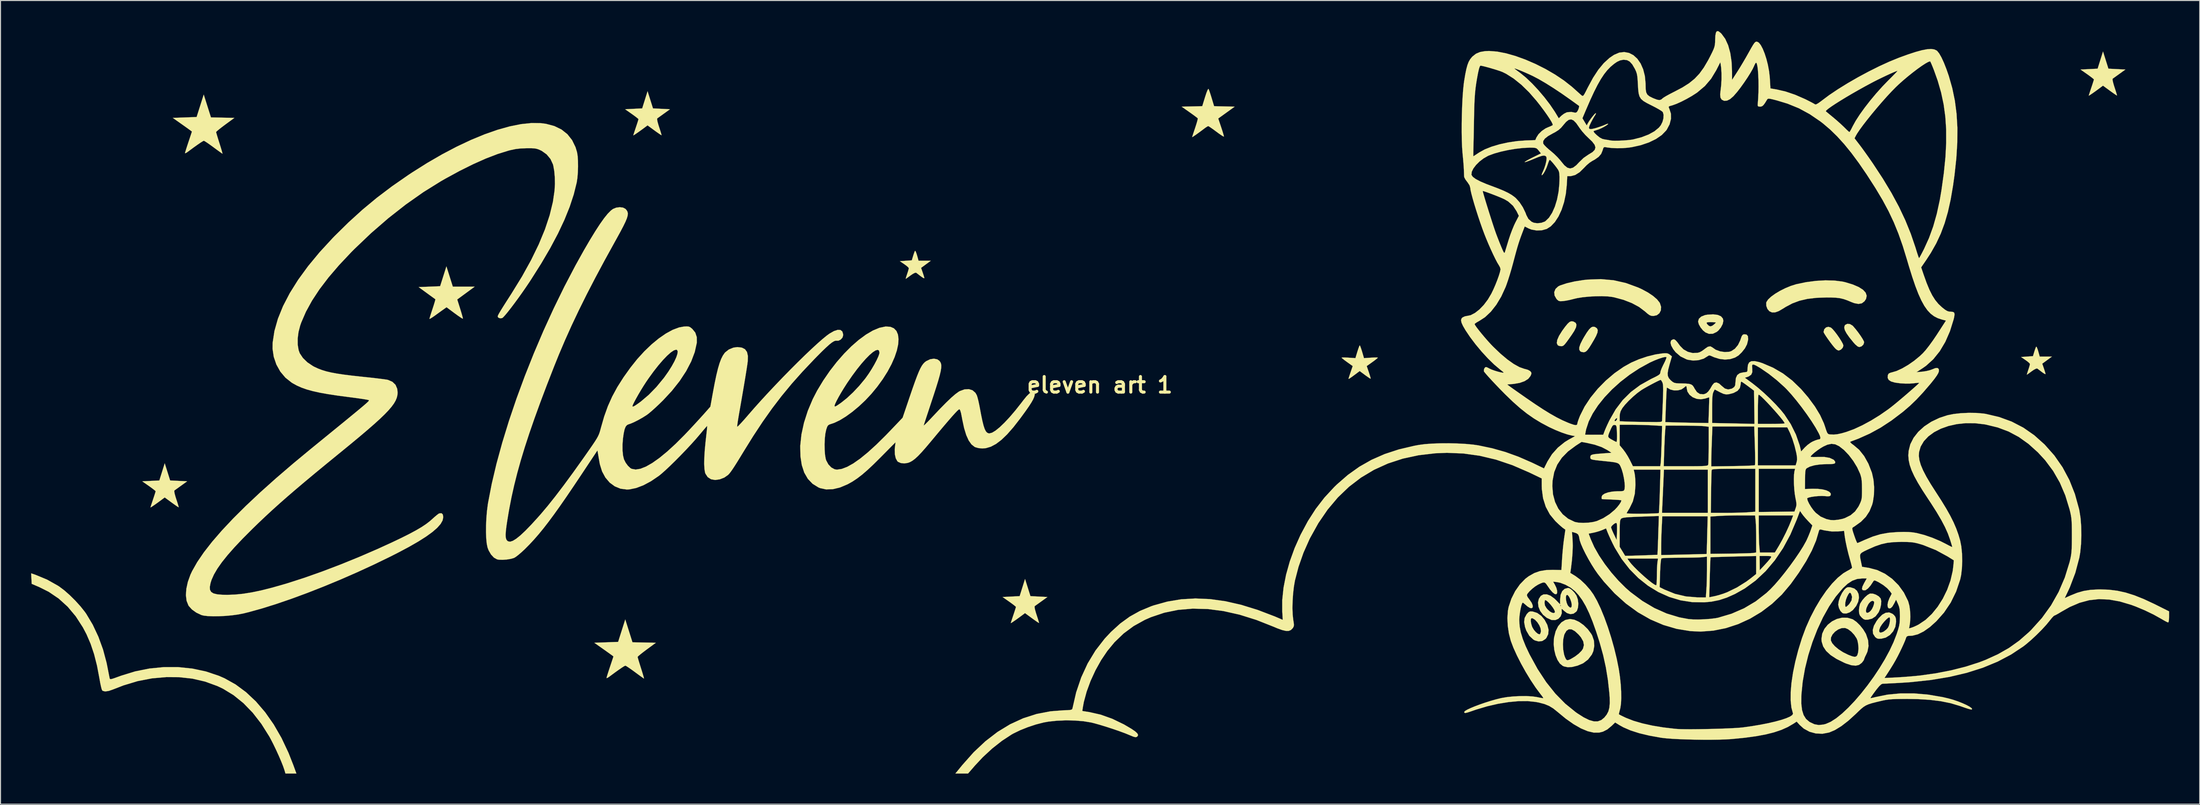
<source format=kicad_pcb>
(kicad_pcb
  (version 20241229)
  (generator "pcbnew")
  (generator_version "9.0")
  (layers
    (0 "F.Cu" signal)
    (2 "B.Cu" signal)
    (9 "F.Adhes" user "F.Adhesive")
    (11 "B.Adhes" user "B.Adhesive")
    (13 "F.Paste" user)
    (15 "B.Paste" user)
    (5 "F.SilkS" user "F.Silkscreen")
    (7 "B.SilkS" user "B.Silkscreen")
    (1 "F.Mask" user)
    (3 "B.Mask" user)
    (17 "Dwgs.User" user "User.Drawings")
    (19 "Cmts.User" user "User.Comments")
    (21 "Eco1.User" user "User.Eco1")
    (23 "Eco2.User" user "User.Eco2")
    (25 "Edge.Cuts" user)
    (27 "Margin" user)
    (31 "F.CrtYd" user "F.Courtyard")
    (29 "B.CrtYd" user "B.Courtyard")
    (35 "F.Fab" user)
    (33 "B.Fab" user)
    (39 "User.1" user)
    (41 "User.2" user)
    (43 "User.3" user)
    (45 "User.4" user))
  (footprint "eleven art 1"
    (layer "F.Cu")
    (at 104.746 34.715)
    (property "Reference" "eleven art 1" (at 0 0 0) (layer "F.SilkS") (effects (font (size 1.524 1.524) (thickness 0.3))))
    (attr through_hole)
    (fp_poly (pts (xy 73.543 -5.978) (xy 73.79 -5.831) (xy 73.843 -5.779) (xy 74.093 -5.489) (xy 74.346 -5.163) (xy 74.58 -4.835) (xy 74.771 -4.538) (xy 74.895 -4.308) (xy 74.93 -4.191) (xy 74.855 -3.967) (xy 74.671 -3.793) (xy 74.443 -3.725) (xy 74.279 -3.795) (xy 74.055 -3.989) (xy 73.89 -4.17) (xy 73.486 -4.669) (xy 73.204 -5.07) (xy 73.036 -5.386) (xy 72.976 -5.633) (xy 73.018 -5.823) (xy 73.084 -5.91) (xy 73.29 -6.007) (xy 73.543 -5.978)) (stroke (width 0.01) (type solid)) (fill yes) (layer "F.SilkS"))
    (fp_poly (pts (xy 46.383 -6.241) (xy 46.456 -6.218) (xy 46.655 -6.099) (xy 46.732 -5.916) (xy 46.685 -5.655) (xy 46.514 -5.306) (xy 46.278 -4.943) (xy 45.982 -4.522) (xy 45.764 -4.221) (xy 45.604 -4.019) (xy 45.484 -3.897) (xy 45.386 -3.835) (xy 45.291 -3.812) (xy 45.222 -3.81) (xy 45.013 -3.845) (xy 44.89 -3.912) (xy 44.801 -4.118) (xy 44.845 -4.423) (xy 45.019 -4.823) (xy 45.323 -5.312) (xy 45.611 -5.707) (xy 45.856 -6.007) (xy 46.045 -6.183) (xy 46.21 -6.254) (xy 46.383 -6.241)) (stroke (width 0.01) (type solid)) (fill yes) (layer "F.SilkS"))
    (fp_poly (pts (xy 48.515 -5.705) (xy 48.557 -5.688) (xy 48.74 -5.563) (xy 48.818 -5.39) (xy 48.789 -5.146) (xy 48.653 -4.811) (xy 48.467 -4.468) (xy 48.191 -3.999) (xy 47.978 -3.661) (xy 47.809 -3.434) (xy 47.668 -3.298) (xy 47.54 -3.232) (xy 47.426 -3.217) (xy 47.216 -3.252) (xy 47.092 -3.319) (xy 47.004 -3.481) (xy 47.011 -3.713) (xy 47.117 -4.031) (xy 47.327 -4.453) (xy 47.467 -4.7) (xy 47.745 -5.152) (xy 47.973 -5.464) (xy 48.166 -5.651) (xy 48.341 -5.726) (xy 48.515 -5.705)) (stroke (width 0.01) (type solid)) (fill yes) (layer "F.SilkS"))
    (fp_poly (pts (xy 71.669 -5.639) (xy 71.673 -5.636) (xy 71.835 -5.49) (xy 72.044 -5.248) (xy 72.274 -4.945) (xy 72.5 -4.619) (xy 72.696 -4.308) (xy 72.838 -4.048) (xy 72.897 -3.876) (xy 72.898 -3.865) (xy 72.827 -3.656) (xy 72.655 -3.476) (xy 72.448 -3.388) (xy 72.423 -3.387) (xy 72.289 -3.438) (xy 72.153 -3.535) (xy 72.016 -3.679) (xy 71.826 -3.912) (xy 71.608 -4.198) (xy 71.387 -4.502) (xy 71.189 -4.791) (xy 71.037 -5.028) (xy 70.957 -5.181) (xy 70.951 -5.207) (xy 71.018 -5.472) (xy 71.19 -5.65) (xy 71.422 -5.714) (xy 71.669 -5.639)) (stroke (width 0.01) (type solid)) (fill yes) (layer "F.SilkS"))
    (fp_poly (pts (xy 60.578 -6.881) (xy 60.899 -6.74) (xy 61.085 -6.519) (xy 61.129 -6.295) (xy 61.063 -5.985) (xy 60.888 -5.649) (xy 60.643 -5.349) (xy 60.474 -5.21) (xy 60.095 -5.031) (xy 59.724 -5.02) (xy 59.376 -5.162) (xy 59.122 -5.372) (xy 58.892 -5.656) (xy 58.723 -5.96) (xy 58.696 -6.064) (xy 59.49 -6.064) (xy 59.565 -5.948) (xy 59.722 -5.805) (xy 59.864 -5.757) (xy 60.039 -5.815) (xy 60.219 -5.948) (xy 60.41 -6.138) (xy 60.133 -6.165) (xy 59.864 -6.176) (xy 59.644 -6.165) (xy 59.499 -6.135) (xy 59.49 -6.064) (xy 58.696 -6.064) (xy 58.653 -6.225) (xy 58.653 -6.238) (xy 58.732 -6.503) (xy 58.958 -6.713) (xy 59.314 -6.857) (xy 59.567 -6.904) (xy 60.131 -6.937) (xy 60.578 -6.881)) (stroke (width 0.01) (type solid)) (fill yes) (layer "F.SilkS"))
    (fp_poly (pts (xy -18.053 -13.123) (xy -17.98 -12.952) (xy -17.902 -12.708) (xy -17.758 -12.192) (xy -16.559 -12.192) (xy -17.034 -11.843) (xy -17.51 -11.494) (xy -17.349 -11.025) (xy -17.261 -10.759) (xy -17.203 -10.557) (xy -17.187 -10.478) (xy -17.247 -10.481) (xy -17.4 -10.57) (xy -17.547 -10.677) (xy -17.768 -10.846) (xy -17.94 -10.977) (xy -17.999 -11.021) (xy -18.114 -11.01) (xy -18.322 -10.903) (xy -18.543 -10.752) (xy -18.775 -10.581) (xy -18.946 -10.46) (xy -19.018 -10.414) (xy -19.005 -10.487) (xy -18.949 -10.675) (xy -18.876 -10.893) (xy -18.788 -11.165) (xy -18.729 -11.376) (xy -18.714 -11.464) (xy -18.78 -11.557) (xy -18.95 -11.705) (xy -19.153 -11.853) (xy -19.591 -12.15) (xy -19.006 -12.192) (xy -18.42 -12.234) (xy -18.288 -12.674) (xy -18.205 -12.93) (xy -18.133 -13.113) (xy -18.101 -13.169) (xy -18.053 -13.123)) (stroke (width 0.01) (type solid)) (fill yes) (layer "F.SilkS"))
    (fp_poly (pts (xy 91.844 -3.725) (xy 91.918 -3.554) (xy 91.995 -3.31) (xy 92.14 -2.794) (xy 93.338 -2.794) (xy 92.863 -2.445) (xy 92.388 -2.096) (xy 92.549 -1.627) (xy 92.636 -1.361) (xy 92.695 -1.159) (xy 92.71 -1.08) (xy 92.651 -1.083) (xy 92.498 -1.172) (xy 92.35 -1.279) (xy 92.13 -1.448) (xy 91.957 -1.579) (xy 91.898 -1.623) (xy 91.783 -1.612) (xy 91.575 -1.505) (xy 91.354 -1.354) (xy 91.122 -1.183) (xy 90.951 -1.062) (xy 90.879 -1.016) (xy 90.892 -1.089) (xy 90.949 -1.277) (xy 91.021 -1.495) (xy 91.109 -1.767) (xy 91.168 -1.978) (xy 91.184 -2.066) (xy 91.117 -2.159) (xy 90.947 -2.307) (xy 90.744 -2.455) (xy 90.306 -2.752) (xy 90.892 -2.794) (xy 91.477 -2.836) (xy 91.609 -3.276) (xy 91.693 -3.532) (xy 91.765 -3.715) (xy 91.796 -3.771) (xy 91.844 -3.725)) (stroke (width 0.01) (type solid)) (fill yes) (layer "F.SilkS"))
    (fp_poly (pts (xy -63.724 -10.647) (xy -63.41 -9.652) (xy -61.265 -9.652) (xy -62.121 -9.023) (xy -62.977 -8.394) (xy -62.688 -7.478) (xy -62.575 -7.109) (xy -62.487 -6.801) (xy -62.433 -6.588) (xy -62.421 -6.508) (xy -62.492 -6.534) (xy -62.671 -6.645) (xy -62.93 -6.823) (xy -63.233 -7.043) (xy -64.024 -7.632) (xy -64.333 -7.413) (xy -64.561 -7.251) (xy -64.86 -7.035) (xy -65.168 -6.812) (xy -65.172 -6.809) (xy -65.42 -6.637) (xy -65.606 -6.523) (xy -65.697 -6.487) (xy -65.701 -6.493) (xy -65.676 -6.596) (xy -65.607 -6.825) (xy -65.506 -7.144) (xy -65.396 -7.477) (xy -65.278 -7.841) (xy -65.186 -8.141) (xy -65.131 -8.343) (xy -65.121 -8.415) (xy -65.202 -8.474) (xy -65.37 -8.596) (xy -65.447 -8.652) (xy -65.67 -8.813) (xy -65.964 -9.027) (xy -66.252 -9.238) (xy -66.76 -9.61) (xy -65.707 -9.652) (xy -64.655 -9.694) (xy -64.346 -10.668) (xy -64.038 -11.642) (xy -63.724 -10.647)) (stroke (width 0.01) (type solid)) (fill yes) (layer "F.SilkS"))
    (fp_poly (pts (xy 73.53 19.83) (xy 73.601 19.839) (xy 73.971 19.957) (xy 74.232 20.183) (xy 74.383 20.492) (xy 74.422 20.858) (xy 74.345 21.256) (xy 74.152 21.662) (xy 73.838 22.051) (xy 73.808 22.08) (xy 73.512 22.292) (xy 73.195 22.402) (xy 72.907 22.397) (xy 72.792 22.349) (xy 72.605 22.157) (xy 72.46 21.869) (xy 72.393 21.565) (xy 73.067 21.565) (xy 73.094 21.722) (xy 73.143 21.759) (xy 73.24 21.701) (xy 73.397 21.552) (xy 73.482 21.46) (xy 73.692 21.121) (xy 73.744 20.774) (xy 73.656 20.481) (xy 73.572 20.371) (xy 73.485 20.381) (xy 73.377 20.526) (xy 73.246 20.784) (xy 73.148 21.049) (xy 73.086 21.325) (xy 73.067 21.565) (xy 72.393 21.565) (xy 72.391 21.558) (xy 72.39 21.513) (xy 72.441 21.174) (xy 72.575 20.777) (xy 72.764 20.391) (xy 72.978 20.084) (xy 72.986 20.076) (xy 73.166 19.899) (xy 73.321 19.827) (xy 73.53 19.83)) (stroke (width 0.01) (type solid)) (fill yes) (layer "F.SilkS"))
    (fp_poly (pts (xy 42.438 22.209) (xy 42.88 22.35) (xy 43.288 22.643) (xy 43.608 23.024) (xy 43.874 23.523) (xy 43.994 23.993) (xy 43.966 24.42) (xy 43.79 24.788) (xy 43.688 24.905) (xy 43.382 25.101) (xy 43.026 25.147) (xy 42.653 25.044) (xy 42.496 24.953) (xy 42.11 24.591) (xy 41.817 24.089) (xy 41.688 23.726) (xy 41.601 23.245) (xy 41.617 23.118) (xy 42.253 23.118) (xy 42.286 23.371) (xy 42.364 23.646) (xy 42.409 23.756) (xy 42.56 24.01) (xy 42.753 24.235) (xy 42.948 24.393) (xy 43.108 24.448) (xy 43.131 24.443) (xy 43.201 24.347) (xy 43.248 24.154) (xy 43.249 24.141) (xy 43.216 23.865) (xy 43.088 23.558) (xy 42.896 23.263) (xy 42.672 23.023) (xy 42.445 22.881) (xy 42.336 22.86) (xy 42.269 22.932) (xy 42.253 23.118) (xy 41.617 23.118) (xy 41.651 22.841) (xy 41.843 22.484) (xy 41.886 22.43) (xy 42.054 22.258) (xy 42.214 22.196) (xy 42.438 22.209)) (stroke (width 0.01) (type solid)) (fill yes) (layer "F.SilkS"))
    (fp_poly (pts (xy 77.712 22.439) (xy 77.858 22.563) (xy 77.987 22.73) (xy 78.048 22.936) (xy 78.061 23.216) (xy 77.985 23.71) (xy 77.775 24.152) (xy 77.456 24.513) (xy 77.055 24.764) (xy 76.633 24.872) (xy 76.362 24.885) (xy 76.186 24.845) (xy 76.033 24.732) (xy 75.995 24.694) (xy 75.806 24.394) (xy 75.771 24.046) (xy 76.399 24.046) (xy 76.418 24.226) (xy 76.547 24.285) (xy 76.777 24.213) (xy 76.864 24.165) (xy 77.086 23.993) (xy 77.251 23.814) (xy 77.345 23.629) (xy 77.416 23.384) (xy 77.458 23.13) (xy 77.464 22.915) (xy 77.427 22.789) (xy 77.396 22.775) (xy 77.27 22.839) (xy 77.083 23.002) (xy 76.873 23.227) (xy 76.675 23.474) (xy 76.526 23.704) (xy 76.499 23.755) (xy 76.399 24.046) (xy 75.771 24.046) (xy 75.769 24.031) (xy 75.884 23.61) (xy 76.15 23.139) (xy 76.349 22.874) (xy 76.702 22.52) (xy 77.051 22.329) (xy 77.39 22.301) (xy 77.712 22.439)) (stroke (width 0.01) (type solid)) (fill yes) (layer "F.SilkS"))
    (fp_poly (pts (xy -7.056 19.859) (xy -6.791 20.701) (xy -5.958 20.743) (xy -5.125 20.786) (xy -5.712 21.209) (xy -5.989 21.408) (xy -6.216 21.571) (xy -6.356 21.671) (xy -6.377 21.686) (xy -6.387 21.786) (xy -6.344 22.013) (xy -6.255 22.333) (xy -6.192 22.527) (xy -6.083 22.863) (xy -6 23.132) (xy -5.955 23.299) (xy -5.951 23.336) (xy -6.024 23.298) (xy -6.202 23.18) (xy -6.456 23.002) (xy -6.648 22.862) (xy -7.324 22.367) (xy -7.578 22.558) (xy -7.907 22.801) (xy -8.213 23.021) (xy -8.47 23.199) (xy -8.648 23.315) (xy -8.72 23.351) (xy -8.721 23.349) (xy -8.695 23.26) (xy -8.627 23.047) (xy -8.529 22.748) (xy -8.467 22.564) (xy -8.356 22.231) (xy -8.27 21.962) (xy -8.22 21.794) (xy -8.213 21.759) (xy -8.277 21.691) (xy -8.452 21.55) (xy -8.704 21.363) (xy -8.869 21.246) (xy -9.525 20.786) (xy -7.849 20.701) (xy -7.585 19.859) (xy -7.321 19.017) (xy -7.056 19.859)) (stroke (width 0.01) (type solid)) (fill yes) (layer "F.SilkS"))
    (fp_poly (pts (xy 72.001 -10.251) (xy 72.778 -10.154) (xy 73.095 -10.083) (xy 73.821 -9.861) (xy 74.395 -9.614) (xy 74.815 -9.347) (xy 75.077 -9.062) (xy 75.179 -8.764) (xy 75.118 -8.454) (xy 74.965 -8.219) (xy 74.705 -8.018) (xy 74.373 -7.957) (xy 73.96 -8.033) (xy 73.688 -8.137) (xy 73.257 -8.316) (xy 72.891 -8.441) (xy 72.541 -8.522) (xy 72.159 -8.567) (xy 71.694 -8.586) (xy 71.247 -8.589) (xy 70.246 -8.555) (xy 69.374 -8.452) (xy 68.599 -8.272) (xy 67.892 -8.009) (xy 67.224 -7.655) (xy 66.994 -7.508) (xy 66.553 -7.251) (xy 66.193 -7.125) (xy 65.892 -7.126) (xy 65.642 -7.239) (xy 65.452 -7.459) (xy 65.34 -7.757) (xy 65.329 -8.057) (xy 65.353 -8.146) (xy 65.516 -8.393) (xy 65.812 -8.67) (xy 66.213 -8.96) (xy 66.688 -9.243) (xy 67.21 -9.505) (xy 67.748 -9.726) (xy 68.273 -9.89) (xy 68.284 -9.893) (xy 69.231 -10.091) (xy 70.191 -10.217) (xy 71.126 -10.271) (xy 72.001 -10.251)) (stroke (width 0.01) (type solid)) (fill yes) (layer "F.SilkS"))
    (fp_poly (pts (xy 75.786 20.457) (xy 76.093 20.563) (xy 76.37 20.731) (xy 76.546 20.926) (xy 76.607 21.18) (xy 76.591 21.523) (xy 76.507 21.899) (xy 76.365 22.25) (xy 76.333 22.306) (xy 76.047 22.681) (xy 75.701 22.91) (xy 75.299 23.01) (xy 75.047 23.019) (xy 74.869 22.956) (xy 74.68 22.792) (xy 74.519 22.604) (xy 74.443 22.412) (xy 74.422 22.138) (xy 74.422 22.108) (xy 75.102 22.108) (xy 75.126 22.28) (xy 75.227 22.347) (xy 75.395 22.29) (xy 75.562 22.151) (xy 75.7 21.962) (xy 75.818 21.713) (xy 75.895 21.465) (xy 75.91 21.278) (xy 75.895 21.238) (xy 75.768 21.156) (xy 75.596 21.212) (xy 75.41 21.392) (xy 75.315 21.534) (xy 75.162 21.853) (xy 75.102 22.108) (xy 74.422 22.108) (xy 74.422 22.1) (xy 74.448 21.79) (xy 74.515 21.506) (xy 74.554 21.411) (xy 74.749 21.106) (xy 74.998 20.817) (xy 75.258 20.587) (xy 75.487 20.457) (xy 75.521 20.447) (xy 75.786 20.457)) (stroke (width 0.01) (type solid)) (fill yes) (layer "F.SilkS"))
    (fp_poly (pts (xy -91.384 8.514) (xy -91.119 9.356) (xy -90.286 9.398) (xy -89.453 9.44) (xy -90.04 9.864) (xy -90.317 10.063) (xy -90.544 10.226) (xy -90.684 10.326) (xy -90.705 10.341) (xy -90.715 10.441) (xy -90.672 10.667) (xy -90.583 10.988) (xy -90.52 11.182) (xy -90.411 11.517) (xy -90.328 11.787) (xy -90.283 11.954) (xy -90.279 11.99) (xy -90.352 11.953) (xy -90.53 11.835) (xy -90.784 11.656) (xy -90.976 11.517) (xy -91.652 11.022) (xy -91.906 11.212) (xy -92.235 11.456) (xy -92.541 11.676) (xy -92.798 11.854) (xy -92.976 11.97) (xy -93.048 12.005) (xy -93.049 12.004) (xy -93.023 11.914) (xy -92.955 11.701) (xy -92.857 11.402) (xy -92.795 11.218) (xy -92.684 10.886) (xy -92.598 10.617) (xy -92.548 10.449) (xy -92.541 10.414) (xy -92.605 10.345) (xy -92.78 10.205) (xy -93.032 10.017) (xy -93.197 9.9) (xy -93.853 9.44) (xy -93.015 9.398) (xy -92.177 9.356) (xy -91.913 8.514) (xy -91.649 7.672) (xy -91.384 8.514)) (stroke (width 0.01) (type solid)) (fill yes) (layer "F.SilkS"))
    (fp_poly (pts (xy -44.055 -27.977) (xy -43.79 -27.136) (xy -42.957 -27.093) (xy -42.124 -27.051) (xy -42.711 -26.628) (xy -42.988 -26.428) (xy -43.215 -26.265) (xy -43.355 -26.165) (xy -43.377 -26.15) (xy -43.386 -26.05) (xy -43.343 -25.824) (xy -43.254 -25.504) (xy -43.192 -25.31) (xy -43.082 -24.974) (xy -42.999 -24.705) (xy -42.954 -24.538) (xy -42.95 -24.501) (xy -43.023 -24.538) (xy -43.201 -24.656) (xy -43.456 -24.835) (xy -43.648 -24.974) (xy -44.323 -25.47) (xy -44.577 -25.279) (xy -44.906 -25.036) (xy -45.213 -24.815) (xy -45.469 -24.638) (xy -45.647 -24.521) (xy -45.72 -24.486) (xy -45.72 -24.487) (xy -45.695 -24.577) (xy -45.627 -24.79) (xy -45.528 -25.089) (xy -45.466 -25.273) (xy -45.355 -25.605) (xy -45.269 -25.875) (xy -45.219 -26.043) (xy -45.212 -26.078) (xy -45.277 -26.146) (xy -45.451 -26.286) (xy -45.704 -26.474) (xy -45.868 -26.591) (xy -46.524 -27.051) (xy -45.686 -27.093) (xy -44.848 -27.136) (xy -44.584 -27.977) (xy -44.321 -28.819) (xy -44.055 -27.977)) (stroke (width 0.01) (type solid)) (fill yes) (layer "F.SilkS"))
    (fp_poly (pts (xy 98.608 -31.872) (xy 98.873 -31.03) (xy 99.706 -30.988) (xy 100.539 -30.946) (xy 99.952 -30.522) (xy 99.675 -30.323) (xy 99.448 -30.16) (xy 99.308 -30.06) (xy 99.287 -30.045) (xy 99.277 -29.945) (xy 99.32 -29.719) (xy 99.409 -29.398) (xy 99.472 -29.204) (xy 99.581 -28.869) (xy 99.664 -28.599) (xy 99.709 -28.432) (xy 99.713 -28.396) (xy 99.64 -28.433) (xy 99.462 -28.551) (xy 99.208 -28.73) (xy 99.016 -28.869) (xy 98.34 -29.364) (xy 98.086 -29.174) (xy 97.757 -28.93) (xy 97.451 -28.71) (xy 97.194 -28.532) (xy 97.016 -28.416) (xy 96.944 -28.381) (xy 96.943 -28.382) (xy 96.969 -28.472) (xy 97.037 -28.685) (xy 97.135 -28.984) (xy 97.197 -29.168) (xy 97.308 -29.5) (xy 97.394 -29.769) (xy 97.444 -29.937) (xy 97.451 -29.972) (xy 97.387 -30.041) (xy 97.212 -30.181) (xy 96.96 -30.369) (xy 96.795 -30.486) (xy 96.139 -30.946) (xy 96.977 -30.988) (xy 97.815 -31.03) (xy 98.079 -31.872) (xy 98.343 -32.714) (xy 98.608 -31.872)) (stroke (width 0.01) (type solid)) (fill yes) (layer "F.SilkS"))
    (fp_poly (pts (xy 50.37 -10.279) (xy 51.578 -10.006) (xy 52.767 -9.571) (xy 53.128 -9.406) (xy 53.724 -9.086) (xy 54.231 -8.747) (xy 54.626 -8.407) (xy 54.883 -8.084) (xy 54.909 -8.038) (xy 55.026 -7.671) (xy 55.004 -7.329) (xy 54.86 -7.045) (xy 54.61 -6.849) (xy 54.271 -6.773) (xy 54.259 -6.773) (xy 54.068 -6.791) (xy 53.893 -6.86) (xy 53.689 -7.006) (xy 53.439 -7.226) (xy 52.868 -7.658) (xy 52.16 -8.039) (xy 51.344 -8.357) (xy 50.449 -8.598) (xy 50.226 -8.643) (xy 49.779 -8.696) (xy 49.216 -8.717) (xy 48.586 -8.708) (xy 47.94 -8.672) (xy 47.326 -8.61) (xy 46.794 -8.525) (xy 46.524 -8.461) (xy 46.14 -8.364) (xy 45.754 -8.284) (xy 45.444 -8.237) (xy 45.416 -8.234) (xy 45.15 -8.222) (xy 44.984 -8.258) (xy 44.847 -8.367) (xy 44.76 -8.466) (xy 44.579 -8.791) (xy 44.554 -9.122) (xy 44.676 -9.427) (xy 44.937 -9.673) (xy 45.121 -9.766) (xy 45.778 -9.984) (xy 46.557 -10.165) (xy 47.414 -10.3) (xy 47.829 -10.345) (xy 49.126 -10.391) (xy 50.37 -10.279)) (stroke (width 0.01) (type solid)) (fill yes) (layer "F.SilkS"))
    (fp_poly (pts (xy 10.67 -29.038) (xy 10.722 -28.913) (xy 10.808 -28.666) (xy 10.913 -28.341) (xy 10.974 -28.14) (xy 11.211 -27.352) (xy 12.22 -27.329) (xy 13.23 -27.305) (xy 12.423 -26.724) (xy 11.617 -26.143) (xy 11.905 -25.287) (xy 12.021 -24.931) (xy 12.111 -24.635) (xy 12.163 -24.435) (xy 12.172 -24.37) (xy 12.1 -24.392) (xy 11.923 -24.5) (xy 11.67 -24.676) (xy 11.43 -24.852) (xy 11.128 -25.076) (xy 10.874 -25.255) (xy 10.699 -25.369) (xy 10.638 -25.398) (xy 10.532 -25.351) (xy 10.35 -25.232) (xy 10.257 -25.162) (xy 9.956 -24.935) (xy 9.657 -24.716) (xy 9.391 -24.526) (xy 9.186 -24.387) (xy 9.072 -24.319) (xy 9.059 -24.318) (xy 9.085 -24.407) (xy 9.153 -24.621) (xy 9.254 -24.928) (xy 9.354 -25.225) (xy 9.47 -25.585) (xy 9.558 -25.884) (xy 9.607 -26.087) (xy 9.612 -26.158) (xy 9.532 -26.227) (xy 9.343 -26.371) (xy 9.074 -26.568) (xy 8.803 -26.761) (xy 8.03 -27.305) (xy 10.05 -27.352) (xy 10.326 -28.25) (xy 10.46 -28.659) (xy 10.566 -28.926) (xy 10.641 -29.044) (xy 10.67 -29.038)) (stroke (width 0.01) (type solid)) (fill yes) (layer "F.SilkS"))
    (fp_poly (pts (xy 25.533 -3.819) (xy 25.608 -3.621) (xy 25.699 -3.338) (xy 25.72 -3.268) (xy 25.904 -2.64) (xy 26.584 -2.687) (xy 26.898 -2.703) (xy 27.135 -2.705) (xy 27.255 -2.693) (xy 27.263 -2.687) (xy 27.199 -2.619) (xy 27.029 -2.481) (xy 26.786 -2.3) (xy 26.718 -2.251) (xy 26.172 -1.862) (xy 26.379 -1.255) (xy 26.474 -0.962) (xy 26.538 -0.739) (xy 26.559 -0.627) (xy 26.558 -0.621) (xy 26.482 -0.655) (xy 26.307 -0.769) (xy 26.066 -0.94) (xy 26.006 -0.984) (xy 25.482 -1.373) (xy 25.039 -1.041) (xy 24.72 -0.806) (xy 24.516 -0.665) (xy 24.41 -0.607) (xy 24.384 -0.615) (xy 24.409 -0.705) (xy 24.476 -0.913) (xy 24.571 -1.198) (xy 24.59 -1.255) (xy 24.797 -1.862) (xy 24.252 -2.251) (xy 23.996 -2.438) (xy 23.805 -2.59) (xy 23.711 -2.677) (xy 23.707 -2.687) (xy 23.784 -2.703) (xy 23.991 -2.705) (xy 24.287 -2.693) (xy 24.384 -2.687) (xy 25.062 -2.641) (xy 25.252 -3.267) (xy 25.348 -3.563) (xy 25.429 -3.784) (xy 25.482 -3.89) (xy 25.489 -3.894) (xy 25.533 -3.819)) (stroke (width 0.01) (type solid)) (fill yes) (layer "F.SilkS"))
    (fp_poly (pts (xy -87.118 -26.251) (xy -84.822 -26.204) (xy -85.718 -25.546) (xy -86.051 -25.296) (xy -86.328 -25.078) (xy -86.523 -24.913) (xy -86.611 -24.822) (xy -86.614 -24.815) (xy -86.589 -24.711) (xy -86.522 -24.479) (xy -86.423 -24.153) (xy -86.301 -23.764) (xy -86.285 -23.717) (xy -86.164 -23.332) (xy -86.069 -23.012) (xy -86.007 -22.789) (xy -85.987 -22.692) (xy -85.989 -22.691) (xy -86.065 -22.738) (xy -86.249 -22.868) (xy -86.516 -23.061) (xy -86.837 -23.298) (xy -86.874 -23.326) (xy -87.205 -23.567) (xy -87.491 -23.767) (xy -87.703 -23.904) (xy -87.811 -23.96) (xy -87.815 -23.961) (xy -87.923 -23.911) (xy -88.145 -23.771) (xy -88.46 -23.555) (xy -88.849 -23.277) (xy -89.291 -22.95) (xy -89.387 -22.878) (xy -89.556 -22.767) (xy -89.653 -22.735) (xy -89.662 -22.748) (xy -89.636 -22.854) (xy -89.566 -23.087) (xy -89.462 -23.413) (xy -89.335 -23.799) (xy -89.323 -23.834) (xy -89.195 -24.217) (xy -89.089 -24.536) (xy -89.016 -24.761) (xy -88.985 -24.859) (xy -88.985 -24.861) (xy -89.05 -24.914) (xy -89.228 -25.046) (xy -89.495 -25.239) (xy -89.824 -25.473) (xy -89.922 -25.542) (xy -90.859 -26.204) (xy -88.524 -26.289) (xy -87.826 -28.49) (xy -87.118 -26.251)) (stroke (width 0.01) (type solid)) (fill yes) (layer "F.SilkS"))
    (fp_poly (pts (xy 46.535 23.019) (xy 46.985 23.227) (xy 47.431 23.544) (xy 47.84 23.944) (xy 48.18 24.403) (xy 48.27 24.562) (xy 48.439 25.049) (xy 48.478 25.579) (xy 48.387 26.094) (xy 48.239 26.431) (xy 47.863 26.922) (xy 47.382 27.286) (xy 46.833 27.519) (xy 46.311 27.648) (xy 45.886 27.675) (xy 45.523 27.599) (xy 45.382 27.538) (xy 45.105 27.313) (xy 44.868 26.954) (xy 44.681 26.496) (xy 44.555 25.972) (xy 44.499 25.425) (xy 45.405 25.425) (xy 45.432 25.947) (xy 45.515 26.419) (xy 45.59 26.649) (xy 45.701 26.888) (xy 45.809 26.987) (xy 45.965 26.966) (xy 46.169 26.871) (xy 46.585 26.624) (xy 46.955 26.341) (xy 47.237 26.056) (xy 47.371 25.853) (xy 47.459 25.503) (xy 47.393 25.137) (xy 47.17 24.743) (xy 46.935 24.464) (xy 46.57 24.13) (xy 46.251 23.958) (xy 45.978 23.948) (xy 45.749 24.102) (xy 45.564 24.417) (xy 45.528 24.512) (xy 45.437 24.924) (xy 45.405 25.425) (xy 44.499 25.425) (xy 44.498 25.414) (xy 44.522 24.857) (xy 44.538 24.747) (xy 44.691 24.144) (xy 44.935 23.649) (xy 45.256 23.274) (xy 45.643 23.035) (xy 46.084 22.945) (xy 46.113 22.945) (xy 46.535 23.019)) (stroke (width 0.01) (type solid)) (fill yes) (layer "F.SilkS"))
    (fp_poly (pts (xy -46.155 24.106) (xy -45.801 25.226) (xy -43.505 25.273) (xy -44.401 25.931) (xy -44.734 26.181) (xy -45.011 26.399) (xy -45.206 26.564) (xy -45.294 26.655) (xy -45.297 26.662) (xy -45.272 26.766) (xy -45.205 26.998) (xy -45.105 27.325) (xy -44.983 27.713) (xy -44.968 27.76) (xy -44.847 28.146) (xy -44.751 28.465) (xy -44.689 28.688) (xy -44.67 28.785) (xy -44.671 28.787) (xy -44.747 28.739) (xy -44.932 28.609) (xy -45.198 28.416) (xy -45.52 28.179) (xy -45.556 28.152) (xy -45.888 27.91) (xy -46.174 27.711) (xy -46.385 27.573) (xy -46.494 27.517) (xy -46.497 27.517) (xy -46.606 27.566) (xy -46.828 27.706) (xy -47.143 27.922) (xy -47.532 28.2) (xy -47.974 28.527) (xy -48.069 28.599) (xy -48.239 28.71) (xy -48.336 28.742) (xy -48.345 28.729) (xy -48.319 28.623) (xy -48.249 28.391) (xy -48.145 28.065) (xy -48.018 27.679) (xy -48.006 27.644) (xy -47.878 27.261) (xy -47.772 26.941) (xy -47.698 26.717) (xy -47.668 26.618) (xy -47.667 26.616) (xy -47.732 26.563) (xy -47.911 26.431) (xy -48.178 26.239) (xy -48.507 26.004) (xy -48.605 25.935) (xy -49.542 25.273) (xy -48.374 25.231) (xy -47.206 25.188) (xy -46.857 24.088) (xy -46.508 22.987) (xy -46.155 24.106)) (stroke (width 0.01) (type solid)) (fill yes) (layer "F.SilkS"))
    (fp_poly (pts (xy 63.394 -4.958) (xy 63.532 -4.804) (xy 63.563 -4.521) (xy 63.553 -4.426) (xy 63.449 -3.998) (xy 63.245 -3.604) (xy 62.93 -3.207) (xy 62.614 -2.903) (xy 62.284 -2.702) (xy 61.87 -2.565) (xy 61.763 -2.54) (xy 61.285 -2.5) (xy 60.751 -2.564) (xy 60.23 -2.724) (xy 60.077 -2.792) (xy 59.853 -2.89) (xy 59.716 -2.905) (xy 59.61 -2.844) (xy 59.203 -2.592) (xy 58.706 -2.442) (xy 58.17 -2.403) (xy 57.645 -2.482) (xy 57.517 -2.522) (xy 56.93 -2.809) (xy 56.451 -3.22) (xy 56.21 -3.526) (xy 56.022 -3.862) (xy 55.949 -4.144) (xy 55.995 -4.348) (xy 56.06 -4.411) (xy 56.195 -4.48) (xy 56.315 -4.482) (xy 56.445 -4.399) (xy 56.611 -4.214) (xy 56.839 -3.907) (xy 56.885 -3.842) (xy 57.227 -3.496) (xy 57.655 -3.257) (xy 58.127 -3.141) (xy 58.599 -3.16) (xy 58.809 -3.22) (xy 59.02 -3.333) (xy 59.262 -3.506) (xy 59.325 -3.559) (xy 59.616 -3.758) (xy 59.858 -3.799) (xy 60.048 -3.694) (xy 60.379 -3.464) (xy 60.806 -3.308) (xy 61.267 -3.237) (xy 61.701 -3.265) (xy 61.903 -3.326) (xy 62.259 -3.56) (xy 62.563 -3.925) (xy 62.788 -4.388) (xy 62.826 -4.507) (xy 62.923 -4.782) (xy 63.023 -4.928) (xy 63.148 -4.981) (xy 63.394 -4.958)) (stroke (width 0.01) (type solid)) (fill yes) (layer "F.SilkS"))
    (fp_poly (pts (xy 73.284 22.817) (xy 73.78 22.963) (xy 73.841 22.993) (xy 74.17 23.223) (xy 74.516 23.562) (xy 74.837 23.963) (xy 75.089 24.378) (xy 75.113 24.426) (xy 75.313 25.015) (xy 75.36 25.595) (xy 75.254 26.143) (xy 75.142 26.398) (xy 75.022 26.64) (xy 74.945 26.829) (xy 74.93 26.893) (xy 74.876 27.011) (xy 74.742 27.189) (xy 74.684 27.254) (xy 74.418 27.449) (xy 74.086 27.523) (xy 73.672 27.477) (xy 73.161 27.311) (xy 72.983 27.236) (xy 72.228 26.863) (xy 71.637 26.478) (xy 71.2 26.071) (xy 70.913 25.637) (xy 70.767 25.169) (xy 70.757 25.041) (xy 71.666 25.041) (xy 71.666 25.043) (xy 71.798 25.316) (xy 72.061 25.618) (xy 72.429 25.923) (xy 72.872 26.209) (xy 73.362 26.451) (xy 73.385 26.461) (xy 73.738 26.596) (xy 73.975 26.653) (xy 74.129 26.632) (xy 74.233 26.533) (xy 74.261 26.485) (xy 74.343 26.21) (xy 74.372 25.839) (xy 74.349 25.437) (xy 74.278 25.068) (xy 74.194 24.85) (xy 73.952 24.486) (xy 73.655 24.17) (xy 73.341 23.936) (xy 73.053 23.822) (xy 72.722 23.838) (xy 72.384 23.969) (xy 72.076 24.185) (xy 71.831 24.455) (xy 71.683 24.751) (xy 71.666 25.041) (xy 70.757 25.041) (xy 70.745 24.891) (xy 70.82 24.378) (xy 71.036 23.91) (xy 71.366 23.503) (xy 71.782 23.174) (xy 72.258 22.939) (xy 72.767 22.815) (xy 73.284 22.817)) (stroke (width 0.01) (type solid)) (fill yes) (layer "F.SilkS"))
    (fp_poly (pts (xy -104.292 18.619) (xy -103.178 19.083) (xy -102.116 19.679) (xy -101.99 19.762) (xy -101.498 20.131) (xy -100.96 20.605) (xy -100.417 21.142) (xy -99.909 21.703) (xy -99.477 22.246) (xy -99.342 22.438) (xy -98.709 23.499) (xy -98.155 24.677) (xy -97.698 25.931) (xy -97.353 27.222) (xy -97.284 27.559) (xy -97.207 27.956) (xy -97.138 28.308) (xy -97.086 28.572) (xy -97.062 28.69) (xy -97.044 28.776) (xy -97.014 28.829) (xy -96.948 28.845) (xy -96.819 28.82) (xy -96.601 28.75) (xy -96.269 28.631) (xy -95.927 28.506) (xy -94.551 28.082) (xy -93.145 27.8) (xy -91.728 27.661) (xy -90.321 27.663) (xy -88.941 27.806) (xy -87.61 28.09) (xy -86.346 28.514) (xy -85.788 28.758) (xy -84.706 29.362) (xy -83.679 30.122) (xy -82.71 31.033) (xy -81.806 32.088) (xy -80.969 33.283) (xy -80.204 34.611) (xy -79.517 36.068) (xy -79.04 37.28) (xy -78.743 38.1) (xy -79.814 38.1) (xy -79.921 37.74) (xy -80.05 37.368) (xy -80.241 36.888) (xy -80.477 36.341) (xy -80.739 35.767) (xy -81.009 35.208) (xy -81.268 34.704) (xy -81.399 34.466) (xy -82.176 33.229) (xy -83.021 32.139) (xy -83.93 31.2) (xy -84.903 30.413) (xy -85.934 29.783) (xy -86.479 29.524) (xy -87.689 29.083) (xy -88.942 28.792) (xy -90.254 28.648) (xy -91.482 28.641) (xy -92.906 28.766) (xy -94.303 29.036) (xy -95.703 29.459) (xy -96.666 29.834) (xy -97.131 29.998) (xy -97.486 30.05) (xy -97.724 29.991) (xy -97.781 29.94) (xy -97.832 29.815) (xy -97.898 29.559) (xy -97.972 29.209) (xy -98.045 28.801) (xy -98.048 28.782) (xy -98.286 27.522) (xy -98.571 26.398) (xy -98.911 25.382) (xy -99.316 24.442) (xy -99.674 23.761) (xy -100.373 22.679) (xy -101.162 21.739) (xy -102.043 20.94) (xy -103.02 20.278) (xy -103.937 19.818) (xy -104.69 19.494) (xy -104.715 18.979) (xy -104.741 18.464) (xy -104.292 18.619)) (stroke (width 0.01) (type solid)) (fill yes) (layer "F.SilkS"))
    (fp_poly (pts (xy 46.103 19.962) (xy 46.319 20.132) (xy 46.538 20.365) (xy 46.716 20.621) (xy 46.74 20.666) (xy 46.864 21.024) (xy 46.913 21.423) (xy 46.886 21.806) (xy 46.785 22.118) (xy 46.715 22.22) (xy 46.441 22.421) (xy 46.126 22.467) (xy 45.796 22.359) (xy 45.521 22.147) (xy 45.349 21.989) (xy 45.273 21.957) (xy 45.274 22.019) (xy 45.293 22.378) (xy 45.178 22.688) (xy 44.955 22.922) (xy 44.656 23.05) (xy 44.309 23.042) (xy 44.261 23.029) (xy 43.819 22.827) (xy 43.45 22.524) (xy 43.172 22.15) (xy 43.003 21.736) (xy 42.968 21.378) (xy 43.603 21.378) (xy 43.645 21.623) (xy 43.788 21.869) (xy 43.91 22.013) (xy 44.127 22.209) (xy 44.34 22.329) (xy 44.513 22.361) (xy 44.61 22.294) (xy 44.619 22.237) (xy 44.564 22.065) (xy 44.421 21.829) (xy 44.272 21.632) (xy 45.127 21.632) (xy 45.17 21.675) (xy 45.212 21.632) (xy 45.17 21.59) (xy 45.127 21.632) (xy 44.272 21.632) (xy 44.226 21.571) (xy 44.012 21.333) (xy 43.814 21.157) (xy 43.668 21.085) (xy 43.667 21.085) (xy 43.625 21.157) (xy 43.604 21.339) (xy 43.603 21.378) (xy 42.968 21.378) (xy 42.961 21.314) (xy 43.042 20.969) (xy 43.235 20.677) (xy 43.5 20.53) (xy 43.821 20.524) (xy 44.18 20.659) (xy 44.563 20.935) (xy 44.725 21.09) (xy 45.127 21.505) (xy 45.127 21.035) (xy 45.151 20.828) (xy 45.692 20.828) (xy 45.709 21.075) (xy 45.767 21.339) (xy 45.862 21.572) (xy 45.937 21.681) (xy 46.097 21.822) (xy 46.203 21.815) (xy 46.255 21.727) (xy 46.27 21.536) (xy 46.221 21.278) (xy 46.127 21.004) (xy 46.008 20.763) (xy 45.883 20.607) (xy 45.809 20.574) (xy 45.724 20.646) (xy 45.692 20.828) (xy 45.151 20.828) (xy 45.18 20.566) (xy 45.332 20.212) (xy 45.574 19.985) (xy 45.898 19.897) (xy 45.931 19.897) (xy 46.103 19.962)) (stroke (width 0.01) (type solid)) (fill yes) (layer "F.SilkS"))
    (fp_poly (pts (xy -20.525 -5.714) (xy -20.175 -5.565) (xy -19.927 -5.306) (xy -19.776 -4.947) (xy -19.721 -4.499) (xy -19.759 -3.975) (xy -19.888 -3.384) (xy -20.105 -2.739) (xy -20.409 -2.049) (xy -20.796 -1.327) (xy -21.265 -0.583) (xy -21.813 0.171) (xy -22.385 0.865) (xy -22.972 1.492) (xy -23.6 2.083) (xy -24.244 2.619) (xy -24.877 3.08) (xy -25.477 3.449) (xy -26.016 3.705) (xy -26.225 3.777) (xy -26.475 3.857) (xy -26.622 3.944) (xy -26.714 4.089) (xy -26.8 4.34) (xy -26.814 4.387) (xy -26.895 4.769) (xy -26.947 5.249) (xy -26.97 5.78) (xy -26.964 6.315) (xy -26.929 6.807) (xy -26.865 7.207) (xy -26.813 7.383) (xy -26.597 7.783) (xy -26.311 8.083) (xy -25.984 8.26) (xy -25.757 8.295) (xy -25.289 8.225) (xy -24.755 8.022) (xy -24.152 7.685) (xy -23.475 7.21) (xy -22.724 6.596) (xy -21.894 5.841) (xy -20.984 4.942) (xy -20.518 4.46) (xy -19.321 3.205) (xy -18.627 1.158) (xy -18.347 0.339) (xy -18.109 -0.334) (xy -17.906 -0.878) (xy -17.731 -1.309) (xy -17.576 -1.644) (xy -17.433 -1.899) (xy -17.294 -2.091) (xy -17.154 -2.235) (xy -17.012 -2.343) (xy -16.627 -2.529) (xy -16.251 -2.589) (xy -15.92 -2.52) (xy -15.729 -2.389) (xy -15.628 -2.264) (xy -15.56 -2.114) (xy -15.529 -1.923) (xy -15.538 -1.675) (xy -15.589 -1.354) (xy -15.686 -0.944) (xy -15.831 -0.428) (xy -16.027 0.208) (xy -16.277 0.982) (xy -16.386 1.312) (xy -16.593 1.939) (xy -16.783 2.517) (xy -16.951 3.025) (xy -17.088 3.443) (xy -17.188 3.751) (xy -17.245 3.929) (xy -17.256 3.963) (xy -17.212 3.942) (xy -17.073 3.814) (xy -16.855 3.597) (xy -16.578 3.309) (xy -16.358 3.074) (xy -15.656 2.331) (xy -15.054 1.719) (xy -14.55 1.237) (xy -14.139 0.882) (xy -13.819 0.65) (xy -13.716 0.592) (xy -13.255 0.424) (xy -12.832 0.399) (xy -12.468 0.513) (xy -12.184 0.761) (xy -12.049 0.998) (xy -11.98 1.212) (xy -11.896 1.541) (xy -11.811 1.934) (xy -11.76 2.198) (xy -11.622 2.935) (xy -11.5 3.521) (xy -11.388 3.97) (xy -11.279 4.3) (xy -11.168 4.525) (xy -11.048 4.663) (xy -10.915 4.729) (xy -10.809 4.741) (xy -10.548 4.671) (xy -10.208 4.465) (xy -9.801 4.134) (xy -9.335 3.687) (xy -8.82 3.135) (xy -8.267 2.486) (xy -7.685 1.75) (xy -7.494 1.498) (xy -7.176 1.107) (xy -6.895 0.827) (xy -6.662 0.662) (xy -6.488 0.618) (xy -6.387 0.7) (xy -6.369 0.914) (xy -6.378 0.989) (xy -6.429 1.18) (xy -6.53 1.412) (xy -6.693 1.702) (xy -6.927 2.066) (xy -7.243 2.521) (xy -7.653 3.085) (xy -7.813 3.302) (xy -8.468 4.143) (xy -9.072 4.831) (xy -9.635 5.373) (xy -10.165 5.775) (xy -10.671 6.045) (xy -11.16 6.189) (xy -11.51 6.217) (xy -11.888 6.182) (xy -12.207 6.091) (xy -12.26 6.066) (xy -12.57 5.822) (xy -12.844 5.436) (xy -13.085 4.902) (xy -13.295 4.213) (xy -13.476 3.364) (xy -13.506 3.196) (xy -13.593 2.753) (xy -13.674 2.478) (xy -13.748 2.372) (xy -13.757 2.371) (xy -13.833 2.412) (xy -13.973 2.538) (xy -14.184 2.758) (xy -14.472 3.077) (xy -14.841 3.502) (xy -15.299 4.039) (xy -15.85 4.694) (xy -16.501 5.476) (xy -16.533 5.514) (xy -17.033 6.108) (xy -17.449 6.58) (xy -17.796 6.946) (xy -18.092 7.219) (xy -18.351 7.416) (xy -18.589 7.551) (xy -18.808 7.634) (xy -19.157 7.686) (xy -19.497 7.648) (xy -19.766 7.531) (xy -19.835 7.47) (xy -19.993 7.185) (xy -20.083 6.785) (xy -20.095 6.314) (xy -20.078 6.128) (xy -20.015 5.609) (xy -21.501 7.112) (xy -22.174 7.779) (xy -22.763 8.331) (xy -23.288 8.784) (xy -23.771 9.155) (xy -24.231 9.461) (xy -24.691 9.719) (xy -24.723 9.735) (xy -25.464 10.047) (xy -26.168 10.214) (xy -26.82 10.235) (xy -27.41 10.107) (xy -27.573 10.039) (xy -28.147 9.682) (xy -28.611 9.197) (xy -28.964 8.585) (xy -29.205 7.846) (xy -29.336 6.982) (xy -29.355 5.993) (xy -29.352 5.927) (xy -29.237 4.838) (xy -28.988 3.694) (xy -28.615 2.529) (xy -28.405 2.03) (xy -25.993 2.03) (xy -25.978 2.094) (xy -25.917 2.099) (xy -25.787 2.033) (xy -25.563 1.884) (xy -25.332 1.721) (xy -24.773 1.275) (xy -24.178 0.718) (xy -23.586 0.09) (xy -23.038 -0.57) (xy -22.924 -0.719) (xy -22.632 -1.133) (xy -22.346 -1.58) (xy -22.083 -2.03) (xy -21.861 -2.452) (xy -21.695 -2.814) (xy -21.603 -3.087) (xy -21.59 -3.183) (xy -21.635 -3.386) (xy -21.763 -3.456) (xy -21.967 -3.402) (xy -22.236 -3.231) (xy -22.561 -2.952) (xy -22.935 -2.574) (xy -23.348 -2.106) (xy -23.791 -1.555) (xy -24.254 -0.93) (xy -24.73 -0.241) (xy -24.805 -0.127) (xy -25.091 0.321) (xy -25.362 0.768) (xy -25.603 1.189) (xy -25.797 1.554) (xy -25.932 1.838) (xy -25.991 2.012) (xy -25.993 2.03) (xy -28.405 2.03) (xy -28.129 1.376) (xy -27.702 0.55) (xy -27.104 -0.441) (xy -26.457 -1.384) (xy -25.772 -2.266) (xy -25.062 -3.076) (xy -24.341 -3.801) (xy -23.62 -4.429) (xy -22.913 -4.949) (xy -22.233 -5.349) (xy -21.591 -5.616) (xy -21 -5.74) (xy -20.977 -5.742) (xy -20.525 -5.714)) (stroke (width 0.01) (type solid)) (fill yes) (layer "F.SilkS"))
    (fp_poly (pts (xy -54.77 -25.686) (xy -54.278 -25.622) (xy -53.46 -25.403) (xy -52.761 -25.064) (xy -52.181 -24.604) (xy -51.721 -24.025) (xy -51.382 -23.328) (xy -51.232 -22.831) (xy -51.174 -22.463) (xy -51.142 -21.979) (xy -51.136 -21.427) (xy -51.154 -20.86) (xy -51.197 -20.327) (xy -51.264 -19.878) (xy -51.268 -19.858) (xy -51.557 -18.694) (xy -51.958 -17.478) (xy -52.473 -16.201) (xy -53.106 -14.855) (xy -53.862 -13.433) (xy -54.744 -11.926) (xy -55.757 -10.325) (xy -55.913 -10.087) (xy -56.264 -9.566) (xy -56.635 -9.032) (xy -57.011 -8.506) (xy -57.379 -8.005) (xy -57.723 -7.55) (xy -58.03 -7.159) (xy -58.285 -6.852) (xy -58.473 -6.648) (xy -58.577 -6.565) (xy -58.782 -6.549) (xy -58.949 -6.613) (xy -59.013 -6.724) (xy -58.997 -6.791) (xy -58.945 -6.906) (xy -58.847 -7.084) (xy -58.695 -7.339) (xy -58.479 -7.687) (xy -58.191 -8.141) (xy -57.823 -8.716) (xy -57.657 -8.975) (xy -56.626 -10.651) (xy -55.736 -12.26) (xy -54.987 -13.799) (xy -54.38 -15.265) (xy -53.917 -16.656) (xy -53.599 -17.968) (xy -53.436 -19.092) (xy -53.403 -19.731) (xy -53.414 -20.384) (xy -53.468 -20.996) (xy -53.56 -21.514) (xy -53.595 -21.646) (xy -53.838 -22.172) (xy -54.213 -22.624) (xy -54.69 -22.965) (xy -54.753 -22.997) (xy -54.986 -23.104) (xy -55.19 -23.172) (xy -55.412 -23.211) (xy -55.699 -23.227) (xy -56.101 -23.227) (xy -56.176 -23.227) (xy -56.75 -23.206) (xy -57.246 -23.149) (xy -57.753 -23.043) (xy -57.954 -22.991) (xy -59.004 -22.666) (xy -60.16 -22.223) (xy -61.409 -21.667) (xy -62.741 -21.005) (xy -64.144 -20.241) (xy -64.578 -19.992) (xy -66.291 -18.926) (xy -68.018 -17.71) (xy -69.737 -16.361) (xy -71.428 -14.895) (xy -73.071 -13.328) (xy -73.369 -13.028) (xy -74.559 -11.764) (xy -75.594 -10.555) (xy -76.479 -9.393) (xy -77.216 -8.273) (xy -77.809 -7.19) (xy -78.264 -6.139) (xy -78.369 -5.842) (xy -78.534 -5.208) (xy -78.616 -4.566) (xy -78.613 -3.957) (xy -78.524 -3.422) (xy -78.412 -3.115) (xy -78.104 -2.654) (xy -77.661 -2.225) (xy -77.116 -1.859) (xy -76.986 -1.79) (xy -76.627 -1.623) (xy -76.249 -1.477) (xy -75.831 -1.349) (xy -75.352 -1.235) (xy -74.792 -1.13) (xy -74.13 -1.03) (xy -73.346 -0.931) (xy -72.419 -0.829) (xy -72.145 -0.8) (xy -71.552 -0.738) (xy -71 -0.676) (xy -70.516 -0.617) (xy -70.128 -0.567) (xy -69.862 -0.527) (xy -69.765 -0.507) (xy -69.33 -0.317) (xy -69.025 -0.021) (xy -68.856 0.376) (xy -68.821 0.75) (xy -68.843 1) (xy -68.906 1.255) (xy -69.016 1.522) (xy -69.182 1.809) (xy -69.412 2.124) (xy -69.713 2.476) (xy -70.093 2.873) (xy -70.56 3.322) (xy -71.122 3.832) (xy -71.786 4.411) (xy -72.56 5.067) (xy -73.453 5.808) (xy -74.471 6.642) (xy -74.634 6.774) (xy -75.851 7.769) (xy -76.949 8.674) (xy -77.94 9.501) (xy -78.84 10.263) (xy -79.663 10.972) (xy -80.423 11.641) (xy -81.134 12.283) (xy -81.811 12.91) (xy -82.468 13.534) (xy -83.045 14.094) (xy -83.988 15.038) (xy -84.798 15.894) (xy -85.48 16.668) (xy -86.042 17.368) (xy -86.488 18.003) (xy -86.825 18.579) (xy -87.059 19.104) (xy -87.157 19.414) (xy -87.228 19.787) (xy -87.215 20.074) (xy -87.102 20.285) (xy -86.877 20.43) (xy -86.525 20.52) (xy -86.03 20.564) (xy -85.524 20.574) (xy -84.77 20.548) (xy -83.973 20.469) (xy -83.113 20.332) (xy -82.169 20.134) (xy -81.121 19.869) (xy -79.948 19.535) (xy -79.544 19.414) (xy -77.924 18.89) (xy -76.203 18.281) (xy -74.418 17.601) (xy -72.604 16.863) (xy -70.797 16.081) (xy -69.374 15.431) (xy -68.453 14.991) (xy -67.673 14.6) (xy -67.02 14.249) (xy -66.477 13.93) (xy -66.028 13.631) (xy -65.657 13.345) (xy -65.46 13.17) (xy -65.193 12.93) (xy -64.957 12.733) (xy -64.79 12.612) (xy -64.749 12.59) (xy -64.527 12.565) (xy -64.393 12.685) (xy -64.347 12.949) (xy -64.347 12.955) (xy -64.412 13.277) (xy -64.609 13.625) (xy -64.943 14.004) (xy -65.417 14.415) (xy -66.035 14.862) (xy -66.801 15.348) (xy -67.719 15.875) (xy -68.793 16.446) (xy -69.554 16.832) (xy -71.152 17.607) (xy -72.783 18.358) (xy -74.427 19.077) (xy -76.063 19.755) (xy -77.67 20.386) (xy -79.227 20.96) (xy -80.714 21.47) (xy -82.11 21.908) (xy -83.394 22.265) (xy -83.947 22.402) (xy -84.468 22.503) (xy -85.059 22.583) (xy -85.684 22.64) (xy -86.309 22.672) (xy -86.899 22.679) (xy -87.418 22.659) (xy -87.832 22.61) (xy -88.053 22.555) (xy -88.552 22.319) (xy -88.979 22.014) (xy -89.289 21.671) (xy -89.326 21.614) (xy -89.506 21.162) (xy -89.573 20.61) (xy -89.531 19.983) (xy -89.383 19.305) (xy -89.131 18.602) (xy -88.966 18.249) (xy -88.465 17.364) (xy -87.812 16.405) (xy -87.007 15.373) (xy -86.051 14.268) (xy -84.945 13.091) (xy -83.689 11.842) (xy -82.284 10.521) (xy -80.729 9.13) (xy -79.026 7.668) (xy -77.299 6.238) (xy -76.301 5.424) (xy -75.426 4.71) (xy -74.666 4.09) (xy -74.013 3.557) (xy -73.46 3.103) (xy -72.998 2.723) (xy -72.62 2.41) (xy -72.317 2.156) (xy -72.081 1.956) (xy -71.905 1.802) (xy -71.78 1.688) (xy -71.698 1.607) (xy -71.652 1.552) (xy -71.634 1.517) (xy -71.635 1.494) (xy -71.647 1.478) (xy -71.745 1.45) (xy -71.987 1.406) (xy -72.348 1.35) (xy -72.803 1.284) (xy -73.329 1.214) (xy -73.636 1.175) (xy -74.717 1.032) (xy -75.648 0.891) (xy -76.446 0.748) (xy -77.131 0.596) (xy -77.721 0.433) (xy -78.235 0.252) (xy -78.691 0.05) (xy -79.108 -0.179) (xy -79.219 -0.248) (xy -79.822 -0.728) (xy -80.322 -1.324) (xy -80.706 -2.013) (xy -80.963 -2.768) (xy -81.081 -3.563) (xy -81.072 -4.149) (xy -80.895 -5.306) (xy -80.555 -6.504) (xy -80.054 -7.741) (xy -79.393 -9.014) (xy -78.574 -10.321) (xy -77.598 -11.66) (xy -76.467 -13.028) (xy -75.181 -14.424) (xy -75.016 -14.594) (xy -73.634 -15.955) (xy -72.261 -17.203) (xy -70.854 -18.37) (xy -69.372 -19.492) (xy -67.774 -20.601) (xy -67.395 -20.852) (xy -65.906 -21.791) (xy -64.443 -22.637) (xy -63.015 -23.388) (xy -61.63 -24.04) (xy -60.299 -24.59) (xy -59.031 -25.034) (xy -57.834 -25.369) (xy -56.719 -25.592) (xy -55.695 -25.699) (xy -54.77 -25.686)) (stroke (width 0.01) (type solid)) (fill yes) (layer "F.SilkS"))
    (fp_poly (pts (xy -46.73 -17.405) (xy -46.491 -17.281) (xy -46.484 -17.274) (xy -46.364 -17.137) (xy -46.285 -16.991) (xy -46.253 -16.823) (xy -46.273 -16.613) (xy -46.35 -16.348) (xy -46.49 -16.009) (xy -46.699 -15.58) (xy -46.98 -15.045) (xy -47.34 -14.388) (xy -47.516 -14.071) (xy -48.527 -12.236) (xy -49.447 -10.517) (xy -50.286 -8.895) (xy -51.052 -7.35) (xy -51.757 -5.862) (xy -52.409 -4.411) (xy -53.019 -2.977) (xy -53.485 -1.82) (xy -54.197 0.007) (xy -54.835 1.698) (xy -55.405 3.268) (xy -55.912 4.732) (xy -56.36 6.105) (xy -56.753 7.4) (xy -57.096 8.633) (xy -57.394 9.819) (xy -57.652 10.973) (xy -57.873 12.109) (xy -57.947 12.531) (xy -58.07 13.274) (xy -58.159 13.87) (xy -58.213 14.336) (xy -58.233 14.69) (xy -58.22 14.948) (xy -58.172 15.13) (xy -58.091 15.253) (xy -57.986 15.33) (xy -57.79 15.362) (xy -57.528 15.278) (xy -57.195 15.073) (xy -56.788 14.746) (xy -56.302 14.29) (xy -55.733 13.704) (xy -55.075 12.982) (xy -54.776 12.644) (xy -54.108 11.852) (xy -53.36 10.912) (xy -52.532 9.825) (xy -51.625 8.59) (xy -50.64 7.209) (xy -50.389 6.852) (xy -50.003 6.299) (xy -49.701 5.862) (xy -49.471 5.518) (xy -49.299 5.243) (xy -49.174 5.015) (xy -49.081 4.81) (xy -49.008 4.606) (xy -48.943 4.381) (xy -48.891 4.185) (xy -48.575 3.085) (xy -48.214 2.08) (xy -48.211 2.072) (xy -45.805 2.072) (xy -45.767 2.116) (xy -45.645 2.074) (xy -45.425 1.937) (xy -45.093 1.7) (xy -44.978 1.614) (xy -44.212 0.965) (xy -43.452 0.187) (xy -42.735 -0.685) (xy -42.665 -0.778) (xy -42.278 -1.327) (xy -41.951 -1.847) (xy -41.689 -2.322) (xy -41.501 -2.735) (xy -41.391 -3.071) (xy -41.368 -3.315) (xy -41.438 -3.449) (xy -41.524 -3.471) (xy -41.749 -3.401) (xy -42.048 -3.198) (xy -42.408 -2.877) (xy -42.817 -2.45) (xy -43.262 -1.933) (xy -43.73 -1.337) (xy -44.209 -0.677) (xy -44.462 -0.308) (xy -44.708 0.072) (xy -44.964 0.486) (xy -45.211 0.905) (xy -45.435 1.301) (xy -45.62 1.644) (xy -45.748 1.907) (xy -45.804 2.06) (xy -45.805 2.072) (xy -48.211 2.072) (xy -47.79 1.13) (xy -47.285 0.197) (xy -46.678 -0.759) (xy -46.003 -1.705) (xy -45.337 -2.541) (xy -44.64 -3.306) (xy -43.928 -3.989) (xy -43.216 -4.576) (xy -42.519 -5.057) (xy -41.854 -5.419) (xy -41.235 -5.651) (xy -40.776 -5.736) (xy -40.477 -5.753) (xy -40.282 -5.734) (xy -40.127 -5.661) (xy -39.948 -5.516) (xy -39.936 -5.506) (xy -39.645 -5.148) (xy -39.498 -4.707) (xy -39.493 -4.177) (xy -39.501 -4.116) (xy -39.696 -3.235) (xy -40.045 -2.313) (xy -40.54 -1.365) (xy -41.173 -0.401) (xy -41.938 0.565) (xy -42.795 1.489) (xy -43.187 1.873) (xy -43.579 2.24) (xy -43.939 2.562) (xy -44.238 2.812) (xy -44.408 2.938) (xy -44.82 3.197) (xy -45.255 3.442) (xy -45.667 3.648) (xy -46.013 3.794) (xy -46.17 3.843) (xy -46.338 3.922) (xy -46.47 4.082) (xy -46.574 4.345) (xy -46.659 4.734) (xy -46.731 5.239) (xy -46.777 5.832) (xy -46.775 6.402) (xy -46.726 6.902) (xy -46.635 7.281) (xy -46.471 7.612) (xy -46.247 7.917) (xy -46.005 8.144) (xy -45.881 8.216) (xy -45.495 8.286) (xy -45.027 8.212) (xy -44.48 7.997) (xy -43.859 7.643) (xy -43.166 7.153) (xy -42.405 6.528) (xy -41.579 5.772) (xy -40.693 4.887) (xy -40.27 4.441) (xy -39.88 4.023) (xy -39.492 3.602) (xy -39.135 3.211) (xy -38.839 2.884) (xy -38.662 2.685) (xy -38.165 2.118) (xy -37.917 0.744) (xy -37.741 -0.191) (xy -37.577 -0.973) (xy -37.42 -1.619) (xy -37.265 -2.143) (xy -37.108 -2.561) (xy -36.943 -2.89) (xy -36.766 -3.146) (xy -36.715 -3.204) (xy -36.354 -3.488) (xy -35.91 -3.671) (xy -35.517 -3.725) (xy -35.083 -3.674) (xy -34.77 -3.515) (xy -34.573 -3.241) (xy -34.486 -2.844) (xy -34.5 -2.346) (xy -34.537 -2.052) (xy -34.605 -1.601) (xy -34.701 -0.999) (xy -34.824 -0.254) (xy -34.973 0.625) (xy -35.146 1.631) (xy -35.343 2.756) (xy -35.349 2.788) (xy -35.423 3.226) (xy -35.483 3.606) (xy -35.523 3.896) (xy -35.539 4.064) (xy -35.537 4.09) (xy -35.477 4.054) (xy -35.325 3.907) (xy -35.099 3.666) (xy -34.816 3.351) (xy -34.493 2.979) (xy -34.471 2.953) (xy -33.86 2.251) (xy -33.198 1.513) (xy -32.497 0.751) (xy -31.771 -0.02) (xy -31.035 -0.787) (xy -30.302 -1.535) (xy -29.587 -2.25) (xy -28.903 -2.92) (xy -28.263 -3.528) (xy -27.683 -4.062) (xy -27.176 -4.508) (xy -26.756 -4.852) (xy -26.494 -5.042) (xy -26.052 -5.294) (xy -25.69 -5.414) (xy -25.414 -5.401) (xy -25.232 -5.258) (xy -25.15 -4.984) (xy -25.146 -4.889) (xy -25.215 -4.656) (xy -25.388 -4.461) (xy -25.609 -4.351) (xy -25.769 -4.35) (xy -25.895 -4.353) (xy -26.051 -4.298) (xy -26.25 -4.175) (xy -26.505 -3.973) (xy -26.829 -3.68) (xy -27.236 -3.288) (xy -27.736 -2.784) (xy -27.984 -2.531) (xy -29.131 -1.32) (xy -30.187 -0.133) (xy -31.174 1.062) (xy -32.117 2.296) (xy -33.04 3.6) (xy -33.966 5.005) (xy -34.88 6.477) (xy -35.265 7.11) (xy -35.577 7.615) (xy -35.826 8.008) (xy -36.025 8.307) (xy -36.185 8.531) (xy -36.317 8.695) (xy -36.433 8.817) (xy -36.796 9.071) (xy -37.244 9.246) (xy -37.691 9.311) (xy -38.1 9.238) (xy -38.427 9.026) (xy -38.647 8.692) (xy -38.69 8.567) (xy -38.747 8.217) (xy -38.77 7.72) (xy -38.758 7.094) (xy -38.712 6.357) (xy -38.632 5.528) (xy -38.615 5.376) (xy -38.563 4.919) (xy -38.52 4.525) (xy -38.49 4.223) (xy -38.475 4.042) (xy -38.474 4.003) (xy -38.531 4.057) (xy -38.674 4.219) (xy -38.885 4.465) (xy -39.141 4.772) (xy -39.206 4.849) (xy -39.597 5.307) (xy -40.057 5.818) (xy -40.564 6.361) (xy -41.094 6.911) (xy -41.623 7.445) (xy -42.129 7.939) (xy -42.588 8.37) (xy -42.977 8.714) (xy -43.213 8.904) (xy -43.975 9.423) (xy -44.721 9.823) (xy -45.431 10.094) (xy -46.086 10.23) (xy -46.355 10.245) (xy -46.971 10.164) (xy -47.536 9.933) (xy -48.035 9.565) (xy -48.454 9.073) (xy -48.779 8.473) (xy -48.995 7.778) (xy -49.025 7.62) (xy -49.086 7.271) (xy -49.143 6.936) (xy -49.177 6.739) (xy -49.234 6.409) (xy -50.8 8.768) (xy -51.58 9.935) (xy -52.282 10.97) (xy -52.917 11.885) (xy -53.496 12.695) (xy -54.027 13.412) (xy -54.52 14.049) (xy -54.986 14.619) (xy -55.435 15.135) (xy -55.876 15.611) (xy -56.32 16.06) (xy -56.358 16.098) (xy -56.677 16.395) (xy -56.982 16.656) (xy -57.24 16.853) (xy -57.407 16.954) (xy -57.721 17.046) (xy -58.115 17.11) (xy -58.525 17.14) (xy -58.885 17.13) (xy -59.068 17.097) (xy -59.379 16.925) (xy -59.666 16.618) (xy -59.901 16.213) (xy -60.005 15.938) (xy -60.084 15.561) (xy -60.134 15.051) (xy -60.157 14.443) (xy -60.153 13.771) (xy -60.122 13.069) (xy -60.065 12.372) (xy -59.981 11.713) (xy -59.956 11.557) (xy -59.595 9.688) (xy -59.129 7.713) (xy -58.564 5.649) (xy -57.909 3.516) (xy -57.17 1.334) (xy -56.355 -0.879) (xy -55.471 -3.102) (xy -54.526 -5.318) (xy -53.526 -7.506) (xy -52.479 -9.648) (xy -51.392 -11.724) (xy -50.566 -13.208) (xy -49.978 -14.216) (xy -49.454 -15.074) (xy -48.99 -15.788) (xy -48.583 -16.362) (xy -48.228 -16.801) (xy -47.922 -17.112) (xy -47.716 -17.268) (xy -47.401 -17.398) (xy -47.052 -17.444) (xy -46.73 -17.405)) (stroke (width 0.01) (type solid)) (fill yes) (layer "F.SilkS"))
    (fp_poly (pts (xy 60.649 -34.698) (xy 60.851 -34.545) (xy 60.958 -34.438) (xy 61.314 -33.951) (xy 61.599 -33.324) (xy 61.807 -32.573) (xy 61.935 -31.711) (xy 61.978 -30.786) (xy 61.98 -29.93) (xy 62.507 -30.746) (xy 62.758 -31.146) (xy 63.051 -31.634) (xy 63.352 -32.149) (xy 63.622 -32.629) (xy 63.625 -32.633) (xy 63.86 -33.055) (xy 64.033 -33.348) (xy 64.16 -33.536) (xy 64.259 -33.639) (xy 64.347 -33.679) (xy 64.429 -33.68) (xy 64.61 -33.58) (xy 64.801 -33.335) (xy 64.993 -32.972) (xy 65.178 -32.514) (xy 65.348 -31.985) (xy 65.493 -31.41) (xy 65.605 -30.814) (xy 65.676 -30.221) (xy 65.687 -30.062) (xy 65.744 -29.094) (xy 66.351 -28.992) (xy 67.229 -28.789) (xy 68.173 -28.468) (xy 69.141 -28.045) (xy 69.215 -28.009) (xy 69.563 -27.833) (xy 69.856 -27.68) (xy 70.06 -27.567) (xy 70.137 -27.516) (xy 70.234 -27.531) (xy 70.427 -27.64) (xy 70.686 -27.824) (xy 70.772 -27.891) (xy 71.501 -28.436) (xy 72.359 -29.013) (xy 73.312 -29.603) (xy 74.327 -30.188) (xy 75.37 -30.748) (xy 76.408 -31.267) (xy 77.408 -31.724) (xy 78.335 -32.102) (xy 78.359 -32.111) (xy 79.238 -32.43) (xy 79.979 -32.672) (xy 80.593 -32.84) (xy 81.094 -32.935) (xy 81.493 -32.962) (xy 81.801 -32.92) (xy 82.032 -32.812) (xy 82.093 -32.763) (xy 82.288 -32.519) (xy 82.51 -32.128) (xy 82.749 -31.609) (xy 82.996 -30.981) (xy 83.226 -30.319) (xy 83.568 -29.119) (xy 83.823 -27.885) (xy 83.989 -26.599) (xy 84.068 -25.245) (xy 84.06 -23.805) (xy 83.967 -22.262) (xy 83.788 -20.6) (xy 83.643 -19.558) (xy 83.411 -18.2) (xy 83.14 -16.982) (xy 82.82 -15.876) (xy 82.441 -14.855) (xy 81.993 -13.893) (xy 81.466 -12.961) (xy 81.022 -12.277) (xy 80.519 -11.543) (xy 80.761 -10.83) (xy 81.052 -10.016) (xy 81.329 -9.346) (xy 81.605 -8.795) (xy 81.893 -8.341) (xy 82.206 -7.959) (xy 82.558 -7.627) (xy 82.566 -7.62) (xy 82.853 -7.394) (xy 83.067 -7.264) (xy 83.257 -7.206) (xy 83.407 -7.197) (xy 83.631 -7.177) (xy 83.756 -7.101) (xy 83.793 -6.938) (xy 83.754 -6.662) (xy 83.701 -6.439) (xy 83.34 -5.279) (xy 82.885 -4.237) (xy 82.34 -3.319) (xy 81.71 -2.535) (xy 81.001 -1.893) (xy 80.691 -1.674) (xy 80.06 -1.262) (xy 80.649 -1.317) (xy 81.01 -1.37) (xy 81.358 -1.453) (xy 81.582 -1.533) (xy 81.897 -1.658) (xy 82.102 -1.681) (xy 82.22 -1.601) (xy 82.252 -1.528) (xy 82.263 -1.379) (xy 82.204 -1.189) (xy 82.061 -0.94) (xy 81.826 -0.611) (xy 81.486 -0.185) (xy 81.392 -0.072) (xy 80.698 0.735) (xy 80.051 1.426) (xy 79.418 2.035) (xy 78.767 2.594) (xy 78.698 2.651) (xy 77.61 3.476) (xy 76.552 4.171) (xy 75.485 4.756) (xy 74.369 5.256) (xy 73.581 5.552) (xy 73.57 5.618) (xy 73.708 5.752) (xy 73.898 5.89) (xy 74.445 6.355) (xy 74.931 6.966) (xy 75.346 7.711) (xy 75.681 8.573) (xy 75.702 8.639) (xy 75.845 9.291) (xy 75.908 10.017) (xy 75.891 10.752) (xy 75.793 11.435) (xy 75.714 11.737) (xy 75.454 12.376) (xy 75.094 12.925) (xy 74.614 13.41) (xy 73.99 13.858) (xy 73.864 13.935) (xy 73.794 13.987) (xy 73.766 14.063) (xy 73.782 14.197) (xy 73.846 14.422) (xy 73.959 14.76) (xy 74.073 15.082) (xy 74.173 15.331) (xy 74.242 15.474) (xy 74.261 15.494) (xy 74.357 15.461) (xy 74.567 15.372) (xy 74.85 15.246) (xy 74.948 15.201) (xy 75.764 14.862) (xy 76.534 14.628) (xy 77.327 14.485) (xy 78.209 14.416) (xy 78.24 14.415) (xy 78.823 14.402) (xy 79.291 14.412) (xy 79.696 14.448) (xy 80.091 14.514) (xy 80.102 14.517) (xy 80.828 14.704) (xy 81.615 14.975) (xy 82.394 15.304) (xy 82.952 15.585) (xy 83.232 15.734) (xy 83.445 15.839) (xy 83.557 15.884) (xy 83.566 15.882) (xy 83.542 15.788) (xy 83.479 15.573) (xy 83.388 15.275) (xy 83.345 15.139) (xy 83.134 14.553) (xy 82.852 13.923) (xy 82.488 13.231) (xy 82.033 12.457) (xy 81.478 11.585) (xy 81.209 11.18) (xy 80.651 10.326) (xy 80.197 9.582) (xy 79.842 8.931) (xy 79.578 8.355) (xy 79.398 7.836) (xy 79.294 7.358) (xy 79.26 6.903) (xy 79.288 6.469) (xy 79.454 5.806) (xy 79.774 5.175) (xy 80.234 4.587) (xy 80.82 4.056) (xy 81.517 3.595) (xy 82.312 3.217) (xy 83.105 2.957) (xy 83.706 2.837) (xy 84.414 2.759) (xy 85.172 2.724) (xy 85.922 2.733) (xy 86.605 2.79) (xy 86.845 2.826) (xy 88.162 3.134) (xy 89.388 3.582) (xy 90.532 4.176) (xy 91.602 4.92) (xy 92.608 5.82) (xy 92.625 5.837) (xy 93.571 6.904) (xy 94.378 8.065) (xy 95.05 9.324) (xy 95.587 10.684) (xy 95.992 12.148) (xy 96.025 12.298) (xy 96.14 13.022) (xy 96.205 13.853) (xy 96.222 14.733) (xy 96.19 15.607) (xy 96.11 16.418) (xy 96.021 16.933) (xy 95.629 18.416) (xy 95.1 19.811) (xy 94.959 20.12) (xy 94.593 20.893) (xy 95.146 20.642) (xy 95.809 20.374) (xy 96.445 20.193) (xy 97.112 20.086) (xy 97.869 20.043) (xy 98.086 20.041) (xy 98.929 20.071) (xy 99.745 20.172) (xy 100.563 20.352) (xy 101.413 20.62) (xy 102.325 20.983) (xy 103.329 21.451) (xy 103.484 21.527) (xy 104.817 22.193) (xy 104.817 22.738) (xy 104.804 23.042) (xy 104.769 23.233) (xy 104.728 23.283) (xy 104.617 23.242) (xy 104.405 23.132) (xy 104.133 22.976) (xy 104.072 22.939) (xy 103.301 22.509) (xy 102.435 22.091) (xy 101.547 21.719) (xy 101.105 21.556) (xy 99.987 21.224) (xy 98.94 21.036) (xy 97.946 20.994) (xy 96.985 21.101) (xy 96.038 21.357) (xy 95.085 21.766) (xy 94.265 22.23) (xy 93.978 22.403) (xy 93.743 22.533) (xy 93.598 22.601) (xy 93.576 22.606) (xy 93.488 22.669) (xy 93.333 22.836) (xy 93.144 23.07) (xy 93.127 23.093) (xy 92.777 23.519) (xy 92.33 24.004) (xy 91.825 24.508) (xy 91.303 24.994) (xy 90.803 25.421) (xy 90.526 25.637) (xy 89.325 26.432) (xy 88.004 27.128) (xy 86.56 27.724) (xy 84.99 28.222) (xy 83.29 28.623) (xy 81.458 28.928) (xy 79.489 29.138) (xy 78.444 29.208) (xy 77.941 29.235) (xy 77.488 29.259) (xy 77.114 29.277) (xy 76.852 29.289) (xy 76.738 29.293) (xy 76.602 29.35) (xy 76.413 29.525) (xy 76.158 29.832) (xy 76.04 29.987) (xy 75.827 30.277) (xy 75.662 30.512) (xy 75.565 30.663) (xy 75.548 30.703) (xy 75.636 30.696) (xy 75.838 30.653) (xy 76.035 30.603) (xy 77.214 30.361) (xy 78.487 30.24) (xy 79.827 30.24) (xy 81.21 30.36) (xy 82.612 30.6) (xy 83.202 30.737) (xy 83.654 30.865) (xy 84.115 31.022) (xy 84.556 31.196) (xy 84.945 31.371) (xy 85.252 31.535) (xy 85.446 31.674) (xy 85.497 31.742) (xy 85.501 31.8) (xy 85.451 31.822) (xy 85.326 31.805) (xy 85.105 31.743) (xy 84.768 31.632) (xy 84.292 31.466) (xy 84.286 31.464) (xy 83.409 31.202) (xy 82.441 31.006) (xy 81.364 30.873) (xy 80.159 30.8) (xy 79.206 30.785) (xy 78.571 30.786) (xy 78.072 30.794) (xy 77.677 30.811) (xy 77.352 30.838) (xy 77.063 30.879) (xy 76.779 30.936) (xy 76.664 30.962) (xy 76.109 31.093) (xy 75.686 31.202) (xy 75.361 31.306) (xy 75.099 31.422) (xy 74.868 31.566) (xy 74.634 31.756) (xy 74.363 32.009) (xy 74.106 32.259) (xy 73.384 32.917) (xy 72.701 33.445) (xy 72.068 33.834) (xy 71.506 34.073) (xy 70.85 34.198) (xy 70.195 34.171) (xy 69.573 34) (xy 69.012 33.693) (xy 68.612 33.336) (xy 68.314 33.006) (xy 67.998 33.215) (xy 67.443 33.538) (xy 66.815 33.819) (xy 66.098 34.06) (xy 65.278 34.266) (xy 64.338 34.44) (xy 63.262 34.587) (xy 62.035 34.709) (xy 61.915 34.72) (xy 61.366 34.754) (xy 60.703 34.776) (xy 59.958 34.786) (xy 59.161 34.786) (xy 58.345 34.776) (xy 57.54 34.756) (xy 56.777 34.728) (xy 56.088 34.691) (xy 55.504 34.646) (xy 55.056 34.594) (xy 55.033 34.59) (xy 53.88 34.383) (xy 52.884 34.145) (xy 52.034 33.872) (xy 51.318 33.561) (xy 50.951 33.356) (xy 50.523 33.092) (xy 50.175 33.428) (xy 49.749 33.778) (xy 49.326 33.993) (xy 48.959 34.085) (xy 48.435 34.089) (xy 47.837 33.95) (xy 47.172 33.672) (xy 46.45 33.259) (xy 45.678 32.716) (xy 44.876 32.054) (xy 44.457 31.717) (xy 44.05 31.469) (xy 43.604 31.285) (xy 43.067 31.144) (xy 42.72 31.077) (xy 41.943 30.996) (xy 41.052 31.002) (xy 40.075 31.092) (xy 39.041 31.261) (xy 37.979 31.506) (xy 36.917 31.822) (xy 36.634 31.919) (xy 36.243 32.054) (xy 35.983 32.134) (xy 35.828 32.162) (xy 35.753 32.142) (xy 35.73 32.079) (xy 35.729 32.057) (xy 35.807 31.965) (xy 36.023 31.837) (xy 36.352 31.682) (xy 36.77 31.509) (xy 37.252 31.328) (xy 37.773 31.148) (xy 38.309 30.978) (xy 38.834 30.827) (xy 39.324 30.706) (xy 39.372 30.695) (xy 39.92 30.602) (xy 40.55 30.538) (xy 41.209 30.505) (xy 41.849 30.504) (xy 42.419 30.537) (xy 42.836 30.597) (xy 43.138 30.658) (xy 43.368 30.698) (xy 43.482 30.71) (xy 43.487 30.709) (xy 43.451 30.637) (xy 43.335 30.473) (xy 43.206 30.308) (xy 42.734 29.676) (xy 42.246 28.944) (xy 41.762 28.149) (xy 41.305 27.329) (xy 40.894 26.521) (xy 40.551 25.765) (xy 40.298 25.098) (xy 40.293 25.082) (xy 40.107 24.364) (xy 39.995 23.602) (xy 39.971 23.072) (xy 41.123 23.072) (xy 41.16 23.655) (xy 41.272 24.255) (xy 41.468 24.9) (xy 41.756 25.619) (xy 42.131 26.411) (xy 42.92 27.852) (xy 43.763 29.135) (xy 44.664 30.265) (xy 45.626 31.244) (xy 46.652 32.078) (xy 46.815 32.193) (xy 47.437 32.589) (xy 47.971 32.852) (xy 48.429 32.982) (xy 48.823 32.982) (xy 49.166 32.854) (xy 49.459 32.613) (xy 49.694 32.32) (xy 49.858 32.004) (xy 49.956 31.636) (xy 49.996 31.184) (xy 49.984 30.618) (xy 49.953 30.203) (xy 49.812 28.918) (xy 49.614 27.699) (xy 49.349 26.495) (xy 49.004 25.25) (xy 48.658 24.172) (xy 48.308 23.193) (xy 47.971 22.364) (xy 47.636 21.666) (xy 47.294 21.082) (xy 46.936 20.592) (xy 46.593 20.218) (xy 46.162 19.872) (xy 45.657 19.585) (xy 45.141 19.389) (xy 44.815 19.323) (xy 44.442 19.281) (xy 44.609 19.568) (xy 44.759 19.882) (xy 44.836 20.171) (xy 44.837 20.396) (xy 44.754 20.517) (xy 44.748 20.519) (xy 44.595 20.491) (xy 44.386 20.327) (xy 44.138 20.043) (xy 43.875 19.665) (xy 43.738 19.469) (xy 43.614 19.37) (xy 43.46 19.363) (xy 43.234 19.445) (xy 42.968 19.573) (xy 42.687 19.747) (xy 42.384 19.986) (xy 42.112 20.243) (xy 41.923 20.473) (xy 41.899 20.512) (xy 41.875 20.634) (xy 41.942 20.792) (xy 42.114 21.025) (xy 42.122 21.034) (xy 42.336 21.347) (xy 42.44 21.606) (xy 42.443 21.792) (xy 42.353 21.885) (xy 42.181 21.866) (xy 41.934 21.715) (xy 41.842 21.637) (xy 41.648 21.469) (xy 41.508 21.359) (xy 41.466 21.336) (xy 41.403 21.414) (xy 41.331 21.621) (xy 41.26 21.919) (xy 41.197 22.269) (xy 41.149 22.632) (xy 41.125 22.968) (xy 41.123 23.072) (xy 39.971 23.072) (xy 39.961 22.848) (xy 40.007 22.153) (xy 40.082 21.757) (xy 40.351 20.953) (xy 40.726 20.205) (xy 41.189 19.544) (xy 41.718 19) (xy 42.045 18.752) (xy 42.59 18.443) (xy 42.642 18.424) (xy 46.129 18.424) (xy 46.625 18.73) (xy 47.111 19.088) (xy 47.609 19.557) (xy 48.072 20.086) (xy 48.391 20.532) (xy 48.745 21.155) (xy 49.106 21.917) (xy 49.464 22.791) (xy 49.81 23.749) (xy 50.134 24.762) (xy 50.426 25.801) (xy 50.677 26.838) (xy 50.878 27.845) (xy 50.887 27.898) (xy 50.994 28.624) (xy 51.07 29.356) (xy 51.112 30.061) (xy 51.121 30.705) (xy 51.095 31.255) (xy 51.032 31.677) (xy 51.022 31.72) (xy 50.951 31.995) (xy 50.901 32.198) (xy 50.885 32.28) (xy 50.956 32.33) (xy 51.148 32.431) (xy 51.426 32.565) (xy 51.583 32.638) (xy 52.314 32.924) (xy 53.186 33.179) (xy 54.172 33.399) (xy 55.243 33.577) (xy 56.375 33.709) (xy 56.6 33.728) (xy 56.937 33.745) (xy 57.412 33.754) (xy 57.997 33.755) (xy 58.661 33.75) (xy 59.373 33.738) (xy 60.103 33.721) (xy 60.822 33.7) (xy 61.5 33.675) (xy 62.105 33.647) (xy 62.608 33.616) (xy 62.98 33.583) (xy 63.034 33.577) (xy 63.922 33.452) (xy 64.757 33.312) (xy 65.526 33.161) (xy 66.214 33.002) (xy 66.808 32.839) (xy 67.293 32.676) (xy 67.655 32.518) (xy 67.881 32.368) (xy 67.956 32.23) (xy 67.949 32.196) (xy 67.799 31.629) (xy 67.76 31.255) (xy 68.77 31.255) (xy 68.843 31.874) (xy 68.996 32.366) (xy 69.233 32.746) (xy 69.56 33.027) (xy 69.602 33.053) (xy 70.051 33.265) (xy 70.479 33.343) (xy 70.946 33.293) (xy 71.174 33.233) (xy 71.654 33.025) (xy 72.191 32.68) (xy 72.77 32.212) (xy 73.38 31.638) (xy 74.008 30.976) (xy 74.64 30.24) (xy 75.264 29.448) (xy 75.785 28.73) (xy 76.924 28.73) (xy 78.107 28.672) (xy 78.68 28.637) (xy 79.328 28.588) (xy 79.965 28.532) (xy 80.433 28.483) (xy 81.971 28.267) (xy 83.463 27.976) (xy 84.877 27.618) (xy 86.179 27.201) (xy 86.826 26.954) (xy 88.04 26.401) (xy 89.128 25.781) (xy 90.128 25.067) (xy 91.078 24.235) (xy 91.313 24.004) (xy 92.353 22.849) (xy 93.245 21.613) (xy 93.993 20.29) (xy 94.599 18.877) (xy 95.065 17.369) (xy 95.089 17.272) (xy 95.16 16.969) (xy 95.212 16.69) (xy 95.248 16.399) (xy 95.271 16.062) (xy 95.284 15.644) (xy 95.289 15.109) (xy 95.29 14.774) (xy 95.288 14.178) (xy 95.282 13.715) (xy 95.266 13.35) (xy 95.239 13.047) (xy 95.197 12.772) (xy 95.138 12.487) (xy 95.064 12.187) (xy 94.646 10.82) (xy 94.113 9.57) (xy 93.455 8.423) (xy 92.668 7.367) (xy 91.959 6.599) (xy 91.034 5.767) (xy 90.087 5.091) (xy 89.092 4.559) (xy 88.026 4.159) (xy 86.864 3.877) (xy 86.723 3.852) (xy 85.796 3.743) (xy 84.89 3.738) (xy 84.02 3.83) (xy 83.203 4.012) (xy 82.454 4.277) (xy 81.791 4.618) (xy 81.228 5.03) (xy 80.782 5.503) (xy 80.47 6.033) (xy 80.314 6.562) (xy 80.29 6.943) (xy 80.345 7.362) (xy 80.482 7.834) (xy 80.71 8.374) (xy 81.034 8.996) (xy 81.46 9.716) (xy 81.934 10.456) (xy 82.505 11.342) (xy 82.98 12.121) (xy 83.372 12.819) (xy 83.693 13.46) (xy 83.955 14.068) (xy 84.17 14.669) (xy 84.339 15.24) (xy 84.455 15.828) (xy 84.523 16.519) (xy 84.542 17.255) (xy 84.513 17.983) (xy 84.436 18.645) (xy 84.346 19.065) (xy 83.945 20.254) (xy 83.416 21.335) (xy 82.756 22.317) (xy 82.006 23.163) (xy 81.378 23.73) (xy 80.77 24.159) (xy 80.195 24.444) (xy 79.663 24.579) (xy 79.505 24.59) (xy 79.255 24.601) (xy 79.12 24.649) (xy 79.046 24.766) (xy 79.002 24.899) (xy 78.929 25.093) (xy 78.799 25.396) (xy 78.629 25.767) (xy 78.442 26.158) (xy 78.224 26.592) (xy 78.012 26.986) (xy 77.783 27.383) (xy 77.512 27.823) (xy 77.174 28.348) (xy 77.058 28.525) (xy 76.924 28.73) (xy 75.785 28.73) (xy 75.868 28.616) (xy 76.437 27.759) (xy 76.96 26.895) (xy 77.423 26.04) (xy 77.813 25.209) (xy 78.116 24.426) (xy 78.261 23.98) (xy 78.355 23.63) (xy 78.408 23.317) (xy 78.431 22.98) (xy 78.436 22.691) (xy 78.43 22.267) (xy 78.402 21.957) (xy 78.344 21.706) (xy 78.249 21.468) (xy 78.058 21.049) (xy 77.885 21.399) (xy 77.698 21.72) (xy 77.528 21.885) (xy 77.363 21.905) (xy 77.344 21.898) (xy 77.243 21.776) (xy 77.221 21.544) (xy 77.277 21.24) (xy 77.408 20.902) (xy 77.423 20.87) (xy 77.631 20.461) (xy 77.464 20.227) (xy 77.187 19.923) (xy 76.8 19.614) (xy 76.355 19.339) (xy 76.288 19.304) (xy 76.061 19.195) (xy 75.935 19.162) (xy 75.863 19.201) (xy 75.822 19.263) (xy 75.562 19.656) (xy 75.308 19.945) (xy 75.08 20.109) (xy 74.989 20.135) (xy 74.791 20.117) (xy 74.714 19.996) (xy 74.759 19.769) (xy 74.922 19.432) (xy 75.185 18.965) (xy 74.765 18.965) (xy 74.245 19.018) (xy 73.769 19.188) (xy 73.306 19.489) (xy 72.833 19.93) (xy 72.145 20.75) (xy 71.494 21.713) (xy 70.89 22.793) (xy 70.343 23.966) (xy 69.861 25.208) (xy 69.454 26.494) (xy 69.132 27.8) (xy 68.904 29.1) (xy 68.779 30.37) (xy 68.773 30.496) (xy 68.77 31.255) (xy 67.76 31.255) (xy 67.727 30.929) (xy 67.73 30.113) (xy 67.808 29.196) (xy 67.958 28.196) (xy 68.179 27.129) (xy 68.467 26.01) (xy 68.822 24.857) (xy 68.843 24.795) (xy 69.219 23.781) (xy 69.657 22.795) (xy 70.143 21.855) (xy 70.665 20.978) (xy 71.213 20.182) (xy 71.772 19.486) (xy 72.333 18.906) (xy 72.881 18.462) (xy 73.268 18.232) (xy 73.516 18.098) (xy 73.689 17.979) (xy 73.745 17.91) (xy 73.722 17.79) (xy 73.664 17.556) (xy 73.58 17.257) (xy 73.572 17.229) (xy 73.437 16.733) (xy 74.526 16.733) (xy 74.55 16.971) (xy 74.619 17.314) (xy 74.725 17.822) (xy 75.399 17.93) (xy 76.209 18.143) (xy 76.975 18.508) (xy 77.678 19.008) (xy 78.3 19.628) (xy 78.823 20.352) (xy 79.227 21.164) (xy 79.254 21.234) (xy 79.366 21.649) (xy 79.435 22.167) (xy 79.458 22.726) (xy 79.431 23.263) (xy 79.396 23.51) (xy 79.333 23.864) (xy 79.584 23.792) (xy 79.8 23.711) (xy 80.086 23.58) (xy 80.279 23.48) (xy 80.942 23.035) (xy 81.567 22.448) (xy 82.139 21.742) (xy 82.644 20.945) (xy 83.067 20.079) (xy 83.393 19.172) (xy 83.607 18.247) (xy 83.674 17.717) (xy 83.719 17.189) (xy 83.112 16.811) (xy 81.971 16.191) (xy 80.765 15.707) (xy 80.467 15.612) (xy 80.123 15.515) (xy 79.82 15.45) (xy 79.507 15.411) (xy 79.135 15.391) (xy 78.651 15.384) (xy 78.571 15.384) (xy 77.833 15.404) (xy 77.197 15.474) (xy 76.605 15.607) (xy 75.998 15.816) (xy 75.316 16.116) (xy 75.302 16.122) (xy 74.935 16.298) (xy 74.697 16.434) (xy 74.567 16.567) (xy 74.526 16.733) (xy 73.437 16.733) (xy 73.392 16.571) (xy 73.234 15.92) (xy 73.109 15.326) (xy 73.028 14.836) (xy 73.022 14.791) (xy 72.962 14.3) (xy 72.401 14.355) (xy 71.731 14.358) (xy 71.009 14.248) (xy 70.722 14.175) (xy 70.581 14.165) (xy 70.506 14.27) (xy 70.481 14.363) (xy 70.217 15.257) (xy 69.804 16.228) (xy 69.243 17.274) (xy 68.535 18.394) (xy 67.733 19.516) (xy 66.868 20.541) (xy 65.904 21.453) (xy 64.857 22.247) (xy 63.742 22.915) (xy 62.574 23.449) (xy 61.368 23.843) (xy 60.14 24.088) (xy 58.905 24.179) (xy 57.9 24.133) (xy 56.554 23.912) (xy 55.244 23.527) (xy 53.974 22.983) (xy 52.751 22.283) (xy 51.58 21.429) (xy 50.467 20.427) (xy 49.418 19.279) (xy 48.836 18.542) (xy 48.528 18.103) (xy 48.211 17.6) (xy 47.9 17.067) (xy 47.613 16.533) (xy 47.365 16.03) (xy 47.173 15.589) (xy 47.055 15.242) (xy 47.03 15.124) (xy 46.971 14.823) (xy 46.887 14.644) (xy 46.791 14.574) (xy 47.927 14.574) (xy 48.137 15.131) (xy 48.48 15.897) (xy 48.946 16.717) (xy 49.511 17.558) (xy 50.151 18.389) (xy 50.842 19.179) (xy 51.56 19.895) (xy 52.027 20.303) (xy 53.187 21.169) (xy 54.368 21.869) (xy 55.573 22.405) (xy 56.807 22.779) (xy 57.7 22.947) (xy 58.136 22.983) (xy 58.679 22.991) (xy 59.27 22.971) (xy 59.85 22.929) (xy 60.361 22.865) (xy 60.621 22.815) (xy 61.933 22.426) (xy 63.16 21.892) (xy 64.298 21.216) (xy 65.343 20.398) (xy 65.742 20.024) (xy 66.173 19.569) (xy 66.65 19.017) (xy 67.151 18.396) (xy 67.653 17.737) (xy 68.134 17.07) (xy 68.573 16.426) (xy 68.947 15.834) (xy 69.233 15.324) (xy 69.303 15.182) (xy 69.462 14.823) (xy 69.619 14.434) (xy 69.692 14.233) (xy 69.853 13.766) (xy 69.441 13.339) (xy 69.197 13.074) (xy 68.973 12.81) (xy 68.836 12.629) (xy 68.643 12.347) (xy 68.313 13.222) (xy 67.696 14.669) (xy 66.982 15.992) (xy 66.175 17.185) (xy 65.279 18.245) (xy 64.298 19.166) (xy 63.237 19.943) (xy 62.272 20.488) (xy 61.474 20.844) (xy 60.727 21.09) (xy 59.971 21.242) (xy 59.26 21.309) (xy 58.09 21.292) (xy 56.941 21.114) (xy 55.827 20.781) (xy 54.758 20.301) (xy 53.973 19.821) (xy 54.886 19.821) (xy 55.362 20.059) (xy 56.379 20.473) (xy 57.45 20.727) (xy 58.573 20.821) (xy 58.598 20.821) (xy 59.411 20.828) (xy 59.412 20.813) (xy 59.748 20.813) (xy 60.317 20.694) (xy 60.7 20.595) (xy 61.135 20.456) (xy 61.495 20.321) (xy 62.463 19.85) (xy 63.391 19.268) (xy 63.805 18.959) (xy 64.347 18.527) (xy 64.347 16.766) (xy 62.124 16.819) (xy 61.529 16.834) (xy 60.992 16.849) (xy 60.536 16.863) (xy 60.183 16.876) (xy 59.955 16.886) (xy 59.876 16.893) (xy 59.867 16.98) (xy 59.854 17.212) (xy 59.84 17.566) (xy 59.824 18.017) (xy 59.808 18.541) (xy 59.799 18.864) (xy 59.748 20.813) (xy 59.412 20.813) (xy 59.466 20.053) (xy 59.487 19.667) (xy 59.504 19.172) (xy 59.516 18.63) (xy 59.521 18.101) (xy 59.521 18.052) (xy 59.521 16.826) (xy 59.128 16.879) (xy 58.924 16.896) (xy 58.583 16.91) (xy 58.138 16.922) (xy 57.621 16.93) (xy 57.065 16.934) (xy 56.948 16.935) (xy 56.411 16.938) (xy 55.93 16.946) (xy 55.53 16.959) (xy 55.239 16.974) (xy 55.083 16.992) (xy 55.066 16.998) (xy 55.025 17.109) (xy 54.988 17.377) (xy 54.957 17.79) (xy 54.932 18.336) (xy 54.929 18.44) (xy 54.886 19.821) (xy 53.973 19.821) (xy 53.745 19.681) (xy 52.8 18.929) (xy 51.934 18.051) (xy 51.159 17.056) (xy 51.136 17.018) (xy 51.72 17.018) (xy 51.912 17.293) (xy 52.107 17.538) (xy 52.383 17.837) (xy 52.715 18.169) (xy 53.08 18.512) (xy 53.452 18.846) (xy 53.808 19.147) (xy 54.123 19.394) (xy 54.373 19.566) (xy 54.533 19.64) (xy 54.547 19.641) (xy 54.572 19.563) (xy 54.593 19.35) (xy 54.606 19.036) (xy 54.61 18.723) (xy 54.615 18.297) (xy 54.629 17.89) (xy 54.649 17.558) (xy 54.664 17.411) (xy 54.718 17.018) (xy 51.72 17.018) (xy 51.136 17.018) (xy 50.982 16.764) (xy 64.685 16.764) (xy 64.689 17.462) (xy 64.693 18.161) (xy 65.205 17.612) (xy 65.446 17.347) (xy 65.646 17.113) (xy 65.774 16.949) (xy 65.797 16.913) (xy 65.823 16.836) (xy 65.779 16.791) (xy 65.633 16.77) (xy 65.355 16.764) (xy 65.281 16.764) (xy 64.685 16.764) (xy 50.982 16.764) (xy 50.486 15.95) (xy 50.276 15.536) (xy 50.099 15.164) (xy 49.935 14.805) (xy 49.809 14.515) (xy 49.769 14.416) (xy 49.629 14.058) (xy 49.262 14.217) (xy 48.959 14.328) (xy 48.596 14.433) (xy 48.411 14.475) (xy 47.927 14.574) (xy 46.791 14.574) (xy 46.744 14.539) (xy 46.572 14.48) (xy 46.293 14.4) (xy 46.351 15.18) (xy 46.368 15.755) (xy 46.345 16.447) (xy 46.285 17.209) (xy 46.191 17.995) (xy 46.179 18.081) (xy 46.129 18.424) (xy 42.642 18.424) (xy 43.146 18.245) (xy 43.762 18.144) (xy 44.408 18.126) (xy 45.254 18.142) (xy 45.319 17.051) (xy 45.357 16.526) (xy 45.409 15.955) (xy 45.468 15.417) (xy 45.514 15.071) (xy 45.644 14.182) (xy 45.407 14.014) (xy 45.323 13.945) (xy 50.123 13.945) (xy 50.158 14.073) (xy 50.25 14.304) (xy 50.38 14.592) (xy 50.398 14.628) (xy 50.673 15.198) (xy 50.694 14.551) (xy 50.969 14.551) (xy 50.969 15.867) (xy 51.239 16.311) (xy 51.508 16.756) (xy 53.08 16.706) (xy 53.576 16.69) (xy 54.01 16.674) (xy 54.103 16.671) (xy 55.033 16.671) (xy 57.256 16.621) (xy 57.85 16.608) (xy 58.385 16.595) (xy 58.838 16.583) (xy 59.188 16.573) (xy 59.412 16.566) (xy 59.488 16.562) (xy 59.489 16.552) (xy 59.859 16.552) (xy 61.828 16.53) (xy 62.405 16.522) (xy 62.939 16.511) (xy 63.403 16.498) (xy 63.769 16.484) (xy 64.007 16.47) (xy 64.072 16.463) (xy 64.347 16.418) (xy 64.347 15.122) (xy 64.343 14.62) (xy 64.333 14.131) (xy 64.318 13.703) (xy 64.299 13.381) (xy 64.292 13.305) (xy 64.238 12.785) (xy 64.601 12.785) (xy 64.601 14.034) (xy 64.605 14.534) (xy 64.616 15.029) (xy 64.632 15.467) (xy 64.651 15.798) (xy 64.656 15.854) (xy 64.71 16.425) (xy 66.176 16.425) (xy 66.571 15.769) (xy 66.906 15.172) (xy 67.251 14.49) (xy 67.569 13.8) (xy 67.803 13.229) (xy 67.971 12.785) (xy 64.601 12.785) (xy 64.238 12.785) (xy 62.824 12.785) (xy 62.277 12.788) (xy 61.719 12.798) (xy 61.203 12.813) (xy 60.78 12.831) (xy 60.634 12.84) (xy 59.859 12.895) (xy 59.859 14.724) (xy 59.859 16.552) (xy 59.489 16.552) (xy 59.493 16.478) (xy 59.501 16.25) (xy 59.512 15.901) (xy 59.525 15.457) (xy 59.538 14.941) (xy 59.544 14.711) (xy 59.591 12.869) (xy 55.144 12.869) (xy 55.089 13.949) (xy 55.067 14.462) (xy 55.048 15.011) (xy 55.037 15.522) (xy 55.034 15.85) (xy 55.033 16.671) (xy 54.103 16.671) (xy 54.354 16.661) (xy 54.582 16.651) (xy 54.668 16.645) (xy 54.668 16.645) (xy 54.675 16.561) (xy 54.686 16.332) (xy 54.701 15.982) (xy 54.717 15.535) (xy 54.735 15.016) (xy 54.744 14.739) (xy 54.806 12.843) (xy 53.036 12.905) (xy 52.418 12.928) (xy 51.949 12.952) (xy 51.606 12.978) (xy 51.369 13.009) (xy 51.217 13.046) (xy 51.127 13.092) (xy 51.117 13.1) (xy 51.06 13.171) (xy 51.02 13.281) (xy 50.993 13.458) (xy 50.978 13.727) (xy 50.971 14.117) (xy 50.969 14.551) (xy 50.694 14.551) (xy 50.697 14.442) (xy 50.704 14.091) (xy 50.7 13.797) (xy 50.686 13.608) (xy 50.678 13.571) (xy 50.617 13.515) (xy 50.493 13.564) (xy 50.378 13.644) (xy 50.211 13.795) (xy 50.125 13.927) (xy 50.123 13.945) (xy 45.323 13.945) (xy 45.235 13.874) (xy 44.991 13.656) (xy 44.721 13.399) (xy 44.655 13.335) (xy 44.121 12.686) (xy 43.72 11.938) (xy 43.456 11.103) (xy 43.334 10.189) (xy 43.326 9.908) (xy 44.365 9.908) (xy 44.433 10.725) (xy 44.632 11.467) (xy 44.951 12.122) (xy 45.382 12.674) (xy 45.915 13.109) (xy 46.542 13.412) (xy 46.594 13.43) (xy 46.945 13.497) (xy 47.396 13.518) (xy 47.888 13.495) (xy 48.36 13.431) (xy 48.726 13.338) (xy 49.355 13.055) (xy 49.975 12.661) (xy 50.076 12.576) (xy 51.647 12.576) (xy 51.726 12.593) (xy 51.943 12.605) (xy 52.264 12.612) (xy 52.66 12.616) (xy 53.096 12.615) (xy 53.542 12.611) (xy 53.965 12.603) (xy 54.334 12.592) (xy 54.615 12.578) (xy 54.779 12.561) (xy 54.806 12.552) (xy 54.809 12.531) (xy 59.902 12.531) (xy 61.383 12.53) (xy 61.931 12.527) (xy 62.478 12.518) (xy 62.978 12.504) (xy 63.385 12.487) (xy 63.563 12.475) (xy 64.262 12.421) (xy 64.262 8.213) (xy 64.601 8.213) (xy 64.601 12.449) (xy 66.349 12.427) (xy 68.097 12.404) (xy 68.217 12.065) (xy 68.274 11.873) (xy 68.292 11.689) (xy 68.27 11.458) (xy 68.207 11.129) (xy 68.19 11.049) (xy 68.125 10.657) (xy 68.078 10.195) (xy 69.13 10.195) (xy 69.868 10.17) (xy 70.395 10.179) (xy 70.857 10.235) (xy 71.233 10.332) (xy 71.504 10.463) (xy 71.65 10.62) (xy 71.651 10.795) (xy 71.63 10.833) (xy 71.535 10.898) (xy 71.338 10.913) (xy 71.091 10.892) (xy 70.797 10.877) (xy 70.452 10.888) (xy 70.096 10.92) (xy 69.769 10.968) (xy 69.512 11.027) (xy 69.364 11.09) (xy 69.343 11.123) (xy 69.396 11.339) (xy 69.536 11.634) (xy 69.735 11.963) (xy 69.965 12.281) (xy 70.184 12.526) (xy 70.668 12.901) (xy 71.228 13.143) (xy 71.628 13.234) (xy 71.96 13.249) (xy 72.372 13.21) (xy 72.785 13.128) (xy 73.04 13.048) (xy 73.599 12.769) (xy 74.031 12.406) (xy 74.366 11.93) (xy 74.434 11.8) (xy 74.555 11.547) (xy 74.635 11.34) (xy 74.684 11.135) (xy 74.708 10.886) (xy 74.716 10.547) (xy 74.717 10.204) (xy 74.711 9.724) (xy 74.689 9.366) (xy 74.647 9.083) (xy 74.578 8.827) (xy 74.528 8.684) (xy 74.242 8.062) (xy 73.865 7.442) (xy 73.426 6.864) (xy 72.957 6.371) (xy 72.489 6.002) (xy 72.48 5.996) (xy 72.102 5.813) (xy 71.732 5.763) (xy 71.331 5.847) (xy 70.938 6.025) (xy 70.653 6.194) (xy 70.353 6.4) (xy 70.073 6.615) (xy 69.846 6.813) (xy 69.708 6.965) (xy 69.681 7.025) (xy 69.758 7.052) (xy 69.966 7.063) (xy 70.263 7.057) (xy 70.379 7.05) (xy 71.031 7.051) (xy 71.548 7.14) (xy 71.925 7.317) (xy 71.964 7.347) (xy 72.089 7.507) (xy 72.096 7.626) (xy 72.041 7.689) (xy 71.913 7.728) (xy 71.682 7.75) (xy 71.318 7.757) (xy 71.223 7.757) (xy 70.607 7.786) (xy 70.056 7.869) (xy 69.604 7.999) (xy 69.308 8.154) (xy 69.237 8.225) (xy 69.189 8.335) (xy 69.16 8.518) (xy 69.145 8.804) (xy 69.138 9.228) (xy 69.138 9.233) (xy 69.13 10.195) (xy 68.078 10.195) (xy 68.077 10.187) (xy 68.048 9.686) (xy 68.04 9.202) (xy 68.054 8.783) (xy 68.092 8.477) (xy 68.1 8.445) (xy 68.16 8.213) (xy 64.601 8.213) (xy 64.262 8.213) (xy 62.143 8.213) (xy 61.451 8.215) (xy 60.913 8.221) (xy 60.514 8.233) (xy 60.238 8.251) (xy 60.07 8.276) (xy 59.995 8.308) (xy 59.988 8.319) (xy 59.977 8.43) (xy 59.966 8.686) (xy 59.954 9.062) (xy 59.943 9.533) (xy 59.933 10.076) (xy 59.927 10.478) (xy 59.902 12.531) (xy 54.809 12.531) (xy 54.809 12.531) (xy 55.117 12.531) (xy 59.605 12.531) (xy 59.605 8.297) (xy 55.305 8.297) (xy 55.254 9.461) (xy 55.23 10.003) (xy 55.204 10.593) (xy 55.179 11.157) (xy 55.16 11.578) (xy 55.117 12.531) (xy 54.809 12.531) (xy 54.819 12.453) (xy 54.834 12.209) (xy 54.852 11.842) (xy 54.871 11.378) (xy 54.89 10.839) (xy 54.903 10.393) (xy 54.964 8.297) (xy 52.342 8.297) (xy 52.429 8.657) (xy 52.467 8.906) (xy 52.497 9.262) (xy 52.512 9.663) (xy 52.513 9.821) (xy 52.448 10.666) (xy 52.257 11.413) (xy 51.934 12.083) (xy 51.904 12.131) (xy 51.764 12.358) (xy 51.67 12.522) (xy 51.647 12.576) (xy 50.076 12.576) (xy 50.488 12.228) (xy 50.727 11.97) (xy 50.929 11.714) (xy 51.071 11.492) (xy 51.129 11.339) (xy 51.119 11.298) (xy 51.027 11.282) (xy 50.801 11.263) (xy 50.478 11.243) (xy 50.161 11.228) (xy 49.785 11.212) (xy 49.478 11.198) (xy 49.276 11.188) (xy 49.212 11.183) (xy 49.196 11.105) (xy 49.191 10.97) (xy 49.271 10.8) (xy 49.492 10.649) (xy 49.827 10.528) (xy 50.248 10.446) (xy 50.726 10.414) (xy 50.759 10.414) (xy 51.082 10.411) (xy 51.274 10.393) (xy 51.376 10.348) (xy 51.426 10.262) (xy 51.446 10.187) (xy 51.469 9.924) (xy 51.444 9.551) (xy 51.381 9.121) (xy 51.288 8.683) (xy 51.172 8.289) (xy 51.129 8.175) (xy 51.048 7.978) (xy 59.944 7.978) (xy 62.054 7.946) (xy 62.636 7.935) (xy 63.161 7.922) (xy 63.605 7.906) (xy 63.945 7.888) (xy 64.159 7.871) (xy 64.221 7.858) (xy 64.235 7.761) (xy 64.242 7.519) (xy 64.243 7.158) (xy 64.236 6.704) (xy 64.224 6.18) (xy 64.216 5.933) (xy 64.157 4.149) (xy 64.516 4.149) (xy 64.516 7.874) (xy 68.213 7.874) (xy 68.308 7.565) (xy 68.354 7.338) (xy 68.349 7.077) (xy 68.292 6.723) (xy 68.278 6.654) (xy 68.108 5.957) (xy 67.898 5.288) (xy 67.668 4.708) (xy 67.593 4.551) (xy 67.392 4.149) (xy 64.516 4.149) (xy 64.157 4.149) (xy 64.154 4.064) (xy 60.055 4.064) (xy 60 5.524) (xy 59.981 6.048) (xy 59.965 6.551) (xy 59.953 6.994) (xy 59.946 7.335) (xy 59.944 7.481) (xy 59.944 7.978) (xy 51.048 7.978) (xy 51.045 7.969) (xy 50.964 7.818) (xy 50.859 7.71) (xy 50.705 7.634) (xy 50.473 7.577) (xy 50.138 7.53) (xy 49.671 7.479) (xy 49.445 7.456) (xy 48.94 7.403) (xy 48.58 7.361) (xy 48.339 7.321) (xy 48.194 7.279) (xy 48.12 7.225) (xy 48.094 7.155) (xy 48.091 7.07) (xy 48.103 6.961) (xy 48.155 6.882) (xy 48.273 6.825) (xy 48.483 6.781) (xy 48.809 6.745) (xy 49.277 6.707) (xy 49.318 6.704) (xy 50.165 6.641) (xy 49.742 6.366) (xy 49.203 6.085) (xy 48.692 5.908) (xy 50.969 5.908) (xy 51.312 6.32) (xy 51.525 6.609) (xy 51.757 6.975) (xy 51.957 7.339) (xy 51.96 7.345) (xy 52.265 7.959) (xy 54.941 7.959) (xy 55.285 7.959) (xy 57.436 7.959) (xy 58.103 7.958) (xy 58.62 7.954) (xy 59.005 7.946) (xy 59.28 7.932) (xy 59.461 7.912) (xy 59.57 7.885) (xy 59.625 7.849) (xy 59.639 7.825) (xy 59.654 7.703) (xy 59.667 7.439) (xy 59.678 7.06) (xy 59.686 6.593) (xy 59.69 6.064) (xy 59.69 5.889) (xy 59.69 4.088) (xy 59.245 4.034) (xy 59.02 4.017) (xy 58.661 4.003) (xy 58.203 3.991) (xy 57.682 3.983) (xy 57.136 3.98) (xy 55.47 3.979) (xy 55.424 4.508) (xy 55.406 4.775) (xy 55.385 5.168) (xy 55.364 5.647) (xy 55.343 6.168) (xy 55.332 6.498) (xy 55.285 7.959) (xy 54.941 7.959) (xy 54.983 7.684) (xy 54.998 7.515) (xy 55.016 7.209) (xy 55.035 6.795) (xy 55.054 6.305) (xy 55.072 5.77) (xy 55.074 5.707) (xy 55.123 4.005) (xy 54.168 3.95) (xy 53.683 3.928) (xy 53.107 3.91) (xy 52.52 3.898) (xy 52.091 3.895) (xy 50.969 3.895) (xy 50.969 5.908) (xy 48.692 5.908) (xy 48.525 5.85) (xy 47.752 5.673) (xy 47.229 5.578) (xy 46.666 5.943) (xy 45.902 6.511) (xy 45.298 7.128) (xy 44.848 7.802) (xy 44.548 8.543) (xy 44.392 9.358) (xy 44.365 9.908) (xy 43.326 9.908) (xy 43.325 9.892) (xy 43.322 9.158) (xy 42.087 8.565) (xy 40.457 7.859) (xy 38.849 7.316) (xy 37.25 6.935) (xy 35.649 6.712) (xy 34.033 6.646) (xy 32.898 6.691) (xy 31.258 6.883) (xy 29.711 7.216) (xy 28.255 7.692) (xy 26.89 8.311) (xy 25.617 9.072) (xy 24.434 9.976) (xy 23.342 11.023) (xy 22.341 12.213) (xy 21.429 13.546) (xy 20.608 15.023) (xy 20.565 15.11) (xy 19.972 16.444) (xy 19.487 17.827) (xy 19.135 19.177) (xy 19.031 19.784) (xy 18.954 20.468) (xy 18.907 21.179) (xy 18.892 21.871) (xy 18.912 22.493) (xy 18.966 22.993) (xy 19.019 23.323) (xy 19.036 23.535) (xy 19.014 23.677) (xy 18.95 23.799) (xy 18.906 23.86) (xy 18.737 24.026) (xy 18.524 24.111) (xy 18.245 24.111) (xy 17.878 24.026) (xy 17.402 23.854) (xy 17.063 23.711) (xy 15.359 23.037) (xy 13.711 22.521) (xy 12.12 22.164) (xy 10.585 21.966) (xy 9.108 21.928) (xy 7.688 22.048) (xy 6.326 22.328) (xy 5.021 22.766) (xy 4.414 23.033) (xy 3.327 23.636) (xy 2.344 24.362) (xy 1.451 25.222) (xy 0.746 26.077) (xy 0.134 26.984) (xy -0.419 27.978) (xy -0.897 29.018) (xy -1.281 30.063) (xy -1.555 31.073) (xy -1.651 31.594) (xy -1.707 31.965) (xy -1.011 32.074) (xy 0.096 32.325) (xy 1.231 32.73) (xy 2.372 33.282) (xy 3.109 33.715) (xy 3.472 33.964) (xy 3.686 34.162) (xy 3.76 34.32) (xy 3.704 34.446) (xy 3.603 34.52) (xy 3.476 34.532) (xy 3.282 34.479) (xy 2.98 34.355) (xy 2.953 34.343) (xy 2.51 34.161) (xy 1.95 33.954) (xy 1.32 33.736) (xy 0.669 33.524) (xy 0.043 33.332) (xy -0.51 33.176) (xy -0.857 33.091) (xy -1.586 32.971) (xy -2.421 32.902) (xy -3.307 32.885) (xy -4.188 32.92) (xy -5.01 33.006) (xy -5.503 33.094) (xy -6.257 33.289) (xy -7.041 33.549) (xy -7.796 33.85) (xy -8.46 34.172) (xy -8.639 34.272) (xy -9.585 34.893) (xy -10.536 35.642) (xy -11.452 36.487) (xy -12.222 37.31) (xy -12.907 38.1) (xy -14.15 38.1) (xy -13.458 37.254) (xy -12.355 36.012) (xy -11.208 34.935) (xy -10.018 34.02) (xy -8.784 33.269) (xy -7.506 32.682) (xy -6.183 32.257) (xy -4.816 31.995) (xy -3.574 31.899) (xy -3.179 31.887) (xy -2.924 31.868) (xy -2.774 31.837) (xy -2.701 31.787) (xy -2.672 31.711) (xy -2.671 31.708) (xy -2.31 30.139) (xy -1.813 28.67) (xy -1.182 27.302) (xy -0.416 26.036) (xy 0.484 24.874) (xy 1.1 24.215) (xy 2.008 23.389) (xy 2.944 22.709) (xy 3.944 22.152) (xy 5.048 21.693) (xy 5.303 21.605) (xy 6.627 21.237) (xy 7.983 21.011) (xy 9.376 20.929) (xy 10.815 20.991) (xy 12.307 21.198) (xy 13.857 21.551) (xy 15.474 22.05) (xy 17.164 22.695) (xy 17.628 22.893) (xy 17.942 23.029) (xy 17.892 22.203) (xy 17.892 21.075) (xy 18.018 19.865) (xy 18.266 18.598) (xy 18.63 17.298) (xy 19.104 15.988) (xy 19.681 14.694) (xy 19.683 14.69) (xy 20.401 13.348) (xy 21.174 12.143) (xy 22.024 11.041) (xy 22.974 10.014) (xy 23.24 9.755) (xy 24.32 8.815) (xy 25.45 8.009) (xy 26.648 7.329) (xy 27.933 6.765) (xy 29.321 6.31) (xy 30.831 5.955) (xy 31.288 5.87) (xy 31.876 5.793) (xy 32.59 5.741) (xy 33.388 5.713) (xy 34.229 5.709) (xy 35.071 5.729) (xy 35.873 5.772) (xy 36.593 5.839) (xy 37.11 5.914) (xy 38.471 6.2) (xy 39.766 6.566) (xy 41.049 7.03) (xy 42.372 7.608) (xy 42.623 7.728) (xy 43.547 8.175) (xy 43.886 7.496) (xy 44.329 6.785) (xy 44.904 6.139) (xy 45.58 5.592) (xy 45.967 5.354) (xy 46.485 5.069) (xy 49.848 5.069) (xy 49.917 5.177) (xy 50.067 5.281) (xy 50.188 5.35) (xy 50.423 5.478) (xy 50.597 5.563) (xy 50.655 5.583) (xy 50.681 5.507) (xy 50.697 5.297) (xy 50.701 4.99) (xy 50.697 4.763) (xy 50.684 4.383) (xy 50.665 4.14) (xy 50.633 4.002) (xy 50.579 3.937) (xy 50.495 3.912) (xy 50.481 3.91) (xy 50.358 3.919) (xy 50.255 4.011) (xy 50.142 4.218) (xy 50.09 4.333) (xy 49.938 4.684) (xy 49.856 4.917) (xy 49.848 5.069) (xy 46.485 5.069) (xy 46.595 5.008) (xy 46.263 4.948) (xy 45.945 4.868) (xy 47.583 4.868) (xy 48.468 4.869) (xy 49.353 4.87) (xy 49.496 4.488) (xy 49.603 4.23) (xy 49.758 3.886) (xy 49.877 3.635) (xy 55.438 3.635) (xy 56.485 3.662) (xy 57.027 3.675) (xy 57.648 3.689) (xy 58.255 3.701) (xy 58.599 3.707) (xy 59.667 3.725) (xy 59.711 2.477) (xy 59.716 2.322) (xy 60.029 2.322) (xy 60.029 3.721) (xy 61.362 3.747) (xy 61.895 3.757) (xy 62.439 3.769) (xy 62.938 3.779) (xy 63.34 3.789) (xy 63.438 3.791) (xy 64.181 3.81) (xy 64.161 2.371) (xy 64.516 2.371) (xy 64.516 3.81) (xy 65.828 3.81) (xy 66.278 3.807) (xy 66.661 3.797) (xy 66.95 3.783) (xy 67.114 3.765) (xy 67.141 3.754) (xy 67.085 3.639) (xy 66.932 3.426) (xy 66.703 3.14) (xy 66.417 2.803) (xy 66.096 2.438) (xy 65.76 2.067) (xy 65.43 1.714) (xy 65.126 1.401) (xy 64.87 1.151) (xy 64.682 0.987) (xy 64.584 0.931) (xy 64.562 1.011) (xy 64.543 1.233) (xy 64.528 1.57) (xy 64.518 1.993) (xy 64.516 2.371) (xy 64.161 2.371) (xy 64.135 0.551) (xy 63.542 0.106) (xy 63.269 -0.094) (xy 63.047 -0.247) (xy 62.91 -0.33) (xy 62.886 -0.339) (xy 62.844 -0.264) (xy 62.823 -0.083) (xy 62.823 -0.054) (xy 62.745 0.293) (xy 62.517 0.569) (xy 62.142 0.769) (xy 62.041 0.802) (xy 61.678 0.896) (xy 61.403 0.918) (xy 61.143 0.862) (xy 60.831 0.72) (xy 60.757 0.682) (xy 60.282 0.432) (xy 60.156 0.678) (xy 60.105 0.818) (xy 60.068 1.03) (xy 60.045 1.337) (xy 60.032 1.763) (xy 60.029 2.322) (xy 59.716 2.322) (xy 59.725 2.037) (xy 59.736 1.663) (xy 59.741 1.384) (xy 59.742 1.23) (xy 59.74 1.21) (xy 59.66 1.225) (xy 59.471 1.282) (xy 59.351 1.322) (xy 58.926 1.397) (xy 58.506 1.349) (xy 58.125 1.194) (xy 57.815 0.952) (xy 57.608 0.639) (xy 57.54 0.329) (xy 57.515 0.138) (xy 57.447 0.102) (xy 57.313 0.215) (xy 57.277 0.254) (xy 57.015 0.43) (xy 56.665 0.521) (xy 56.283 0.524) (xy 55.93 0.436) (xy 55.73 0.318) (xy 55.621 0.258) (xy 55.591 0.263) (xy 55.579 0.354) (xy 55.563 0.588) (xy 55.543 0.939) (xy 55.523 1.38) (xy 55.503 1.886) (xy 55.5 1.966) (xy 55.438 3.635) (xy 49.877 3.635) (xy 49.931 3.521) (xy 50.47 3.521) (xy 50.555 3.539) (xy 50.567 3.535) (xy 50.671 3.431) (xy 50.704 3.34) (xy 50.71 3.232) (xy 50.638 3.262) (xy 50.598 3.294) (xy 50.486 3.424) (xy 50.47 3.521) (xy 49.931 3.521) (xy 49.932 3.52) (xy 49.977 3.429) (xy 50.164 3.101) (xy 50.969 3.101) (xy 50.969 3.549) (xy 51.668 3.578) (xy 52.005 3.589) (xy 52.461 3.601) (xy 52.985 3.611) (xy 53.526 3.621) (xy 53.742 3.623) (xy 54.253 3.629) (xy 54.618 3.63) (xy 54.863 3.622) (xy 55.012 3.603) (xy 55.089 3.57) (xy 55.118 3.519) (xy 55.124 3.45) (xy 55.13 3.308) (xy 55.141 3.027) (xy 55.156 2.636) (xy 55.175 2.166) (xy 55.195 1.644) (xy 55.197 1.609) (xy 55.218 1.009) (xy 55.229 0.554) (xy 55.226 0.221) (xy 55.211 -0.015) (xy 55.183 -0.175) (xy 55.146 -0.275) (xy 55.052 -0.438) (xy 54.988 -0.508) (xy 54.987 -0.508) (xy 54.876 -0.469) (xy 54.654 -0.365) (xy 54.357 -0.215) (xy 54.019 -0.037) (xy 53.678 0.15) (xy 53.368 0.326) (xy 53.126 0.472) (xy 53.087 0.497) (xy 52.692 0.787) (xy 52.268 1.147) (xy 51.856 1.538) (xy 51.499 1.918) (xy 51.238 2.248) (xy 51.226 2.265) (xy 51.057 2.567) (xy 50.982 2.853) (xy 50.969 3.101) (xy 50.164 3.101) (xy 50.574 2.384) (xy 51.265 1.473) (xy 52.063 0.682) (xy 52.982 -0.003) (xy 54.037 -0.594) (xy 54.155 -0.651) (xy 54.519 -0.829) (xy 54.754 -0.961) (xy 54.886 -1.066) (xy 54.941 -1.163) (xy 54.949 -1.229) (xy 54.987 -1.396) (xy 55.089 -1.661) (xy 55.236 -1.974) (xy 55.284 -2.068) (xy 55.428 -2.36) (xy 55.523 -2.593) (xy 55.555 -2.729) (xy 55.548 -2.747) (xy 55.41 -2.753) (xy 55.154 -2.695) (xy 54.813 -2.583) (xy 54.42 -2.43) (xy 54.008 -2.246) (xy 53.89 -2.189) (xy 52.893 -1.64) (xy 51.939 -1.011) (xy 51.043 -0.318) (xy 50.219 0.424) (xy 49.482 1.2) (xy 48.845 1.993) (xy 48.323 2.79) (xy 47.93 3.574) (xy 47.681 4.331) (xy 47.632 4.572) (xy 47.583 4.868) (xy 45.945 4.868) (xy 45.825 4.838) (xy 45.289 4.657) (xy 44.7 4.42) (xy 44.103 4.146) (xy 44.016 4.103) (xy 43.261 3.701) (xy 42.558 3.274) (xy 41.88 2.801) (xy 41.201 2.261) (xy 40.496 1.636) (xy 39.738 0.904) (xy 39.215 0.372) (xy 38.801 -0.06) (xy 38.426 -0.459) (xy 38.108 -0.806) (xy 37.862 -1.085) (xy 37.704 -1.277) (xy 37.651 -1.358) (xy 37.665 -1.55) (xy 37.724 -1.668) (xy 37.802 -1.753) (xy 37.892 -1.766) (xy 38.044 -1.702) (xy 38.202 -1.615) (xy 38.405 -1.522) (xy 38.682 -1.422) (xy 38.986 -1.328) (xy 39.271 -1.254) (xy 39.491 -1.213) (xy 39.599 -1.217) (xy 39.6 -1.218) (xy 39.55 -1.275) (xy 39.398 -1.403) (xy 39.22 -1.543) (xy 38.661 -2.015) (xy 38.059 -2.603) (xy 37.443 -3.272) (xy 36.847 -3.986) (xy 36.3 -4.71) (xy 35.862 -5.363) (xy 35.609 -5.796) (xy 35.525 -5.981) (xy 36.746 -5.981) (xy 36.799 -5.869) (xy 36.946 -5.656) (xy 37.165 -5.369) (xy 37.436 -5.034) (xy 37.738 -4.674) (xy 38.05 -4.316) (xy 38.351 -3.986) (xy 38.565 -3.764) (xy 39.283 -3.078) (xy 39.959 -2.51) (xy 40.582 -2.068) (xy 41.142 -1.758) (xy 41.629 -1.587) (xy 41.712 -1.57) (xy 41.973 -1.494) (xy 42.18 -1.378) (xy 42.214 -1.347) (xy 42.305 -1.227) (xy 42.315 -1.113) (xy 42.245 -0.934) (xy 42.22 -0.882) (xy 42.002 -0.608) (xy 41.643 -0.381) (xy 41.17 -0.213) (xy 40.607 -0.115) (xy 40.549 -0.109) (xy 39.942 -0.058) (xy 40.143 0.096) (xy 40.272 0.191) (xy 40.516 0.365) (xy 40.85 0.601) (xy 41.249 0.881) (xy 41.69 1.19) (xy 41.783 1.255) (xy 42.674 1.866) (xy 43.456 2.38) (xy 44.149 2.807) (xy 44.773 3.16) (xy 45.349 3.451) (xy 45.896 3.69) (xy 46.125 3.78) (xy 46.464 3.895) (xy 46.677 3.93) (xy 46.788 3.886) (xy 46.821 3.761) (xy 46.821 3.757) (xy 46.852 3.622) (xy 46.934 3.379) (xy 47.052 3.074) (xy 47.086 2.992) (xy 47.528 2.111) (xy 48.112 1.228) (xy 48.813 0.37) (xy 49.604 -0.436) (xy 50.461 -1.165) (xy 51.358 -1.789) (xy 52.102 -2.204) (xy 52.858 -2.531) (xy 53.664 -2.802) (xy 54.458 -3) (xy 55.118 -3.101) (xy 55.435 -3.122) (xy 55.641 -3.107) (xy 55.789 -3.047) (xy 55.877 -2.983) (xy 56.086 -2.813) (xy 55.85 -1.996) (xy 55.726 -1.519) (xy 55.67 -1.164) (xy 55.688 -0.896) (xy 55.784 -0.679) (xy 55.959 -0.478) (xy 56.016 -0.427) (xy 56.175 -0.298) (xy 56.324 -0.221) (xy 56.515 -0.181) (xy 56.797 -0.164) (xy 57.005 -0.161) (xy 57.454 -0.149) (xy 57.769 -0.118) (xy 57.983 -0.054) (xy 58.131 0.056) (xy 58.247 0.225) (xy 58.31 0.35) (xy 58.542 0.692) (xy 58.829 0.878) (xy 59.168 0.903) (xy 59.289 0.877) (xy 59.474 0.792) (xy 59.648 0.632) (xy 59.837 0.37) (xy 60.046 0.009) (xy 60.23 -0.207) (xy 60.453 -0.259) (xy 60.713 -0.147) (xy 60.97 0.085) (xy 61.282 0.342) (xy 61.602 0.432) (xy 61.939 0.357) (xy 62.003 0.326) (xy 62.196 0.193) (xy 62.288 0.019) (xy 62.313 -0.258) (xy 62.313 -0.263) (xy 62.357 -0.688) (xy 62.37 -0.717) (xy 63.24 -0.717) (xy 63.983 -0.168) (xy 64.529 0.265) (xy 65.119 0.78) (xy 65.714 1.342) (xy 66.277 1.914) (xy 66.77 2.459) (xy 67.109 2.878) (xy 67.737 3.833) (xy 68.243 4.855) (xy 68.607 5.903) (xy 68.701 6.284) (xy 68.751 6.514) (xy 69.11 6.123) (xy 69.386 5.868) (xy 69.706 5.637) (xy 69.892 5.534) (xy 70.155 5.422) (xy 70.373 5.35) (xy 70.459 5.335) (xy 70.605 5.299) (xy 70.648 5.181) (xy 70.587 4.961) (xy 70.477 4.723) (xy 70.172 4.175) (xy 69.774 3.544) (xy 69.309 2.865) (xy 68.804 2.174) (xy 68.285 1.508) (xy 67.779 0.901) (xy 67.313 0.391) (xy 67.128 0.207) (xy 66.367 -0.477) (xy 65.576 -1.104) (xy 64.806 -1.632) (xy 64.648 -1.73) (xy 64.315 -1.921) (xy 64.1 -2.014) (xy 63.983 -2.005) (xy 63.942 -1.891) (xy 63.957 -1.669) (xy 63.962 -1.63) (xy 63.969 -1.271) (xy 63.862 -1.021) (xy 63.626 -0.853) (xy 63.506 -0.806) (xy 63.24 -0.717) (xy 62.37 -0.717) (xy 62.49 -0.98) (xy 62.719 -1.152) (xy 62.809 -1.183) (xy 63.069 -1.241) (xy 63.291 -1.269) (xy 63.309 -1.27) (xy 63.43 -1.291) (xy 63.485 -1.383) (xy 63.5 -1.594) (xy 63.5 -1.632) (xy 63.538 -1.986) (xy 63.66 -2.221) (xy 63.877 -2.341) (xy 64.201 -2.35) (xy 64.644 -2.252) (xy 64.955 -2.149) (xy 66.003 -1.702) (xy 66.973 -1.138) (xy 67.881 -0.443) (xy 68.748 0.396) (xy 69.441 1.204) (xy 70.101 2.098) (xy 70.612 2.942) (xy 70.981 3.747) (xy 71.091 4.061) (xy 71.205 4.414) (xy 71.29 4.637) (xy 71.367 4.761) (xy 71.459 4.819) (xy 71.586 4.842) (xy 71.627 4.846) (xy 71.965 4.856) (xy 72.323 4.818) (xy 72.747 4.724) (xy 73.194 4.594) (xy 73.933 4.323) (xy 74.749 3.945) (xy 75.603 3.483) (xy 76.459 2.955) (xy 77.281 2.384) (xy 77.555 2.176) (xy 77.816 1.968) (xy 78.138 1.704) (xy 78.499 1.401) (xy 78.879 1.079) (xy 79.254 0.756) (xy 79.605 0.45) (xy 79.909 0.182) (xy 80.145 -0.032) (xy 80.29 -0.172) (xy 80.327 -0.219) (xy 80.236 -0.222) (xy 80.025 -0.204) (xy 79.775 -0.172) (xy 79.419 -0.144) (xy 78.977 -0.142) (xy 78.528 -0.166) (xy 78.481 -0.17) (xy 77.947 -0.243) (xy 77.569 -0.353) (xy 77.334 -0.507) (xy 77.232 -0.712) (xy 77.25 -0.97) (xy 77.335 -1.127) (xy 77.522 -1.215) (xy 77.619 -1.236) (xy 78.102 -1.378) (xy 78.655 -1.632) (xy 79.244 -1.975) (xy 79.834 -2.385) (xy 80.389 -2.842) (xy 80.688 -3.126) (xy 80.966 -3.438) (xy 81.302 -3.866) (xy 81.672 -4.376) (xy 82.051 -4.937) (xy 82.094 -5.004) (xy 82.948 -6.324) (xy 82.545 -6.428) (xy 82.145 -6.56) (xy 81.781 -6.748) (xy 81.444 -7.005) (xy 81.129 -7.341) (xy 80.828 -7.769) (xy 80.536 -8.299) (xy 80.244 -8.944) (xy 79.947 -9.715) (xy 79.638 -10.624) (xy 79.309 -11.681) (xy 79.125 -12.307) (xy 78.715 -13.642) (xy 78.29 -14.85) (xy 77.832 -15.974) (xy 77.322 -17.055) (xy 76.741 -18.137) (xy 76.071 -19.261) (xy 75.986 -19.398) (xy 75.174 -20.66) (xy 74.408 -21.777) (xy 73.68 -22.762) (xy 72.976 -23.628) (xy 72.456 -24.202) (xy 73.988 -24.202) (xy 74.488 -23.552) (xy 74.715 -23.249) (xy 75.005 -22.848) (xy 75.328 -22.393) (xy 75.653 -21.927) (xy 75.797 -21.717) (xy 76.765 -20.242) (xy 77.608 -18.841) (xy 78.337 -17.489) (xy 78.963 -16.164) (xy 79.5 -14.841) (xy 79.959 -13.496) (xy 80.014 -13.314) (xy 80.124 -12.96) (xy 80.219 -12.676) (xy 80.286 -12.495) (xy 80.312 -12.446) (xy 80.361 -12.517) (xy 80.47 -12.711) (xy 80.621 -12.997) (xy 80.8 -13.348) (xy 80.804 -13.356) (xy 81.288 -14.423) (xy 81.7 -15.559) (xy 82.049 -16.79) (xy 82.342 -18.141) (xy 82.51 -19.127) (xy 82.741 -20.791) (xy 82.896 -22.323) (xy 82.972 -23.742) (xy 82.97 -25.069) (xy 82.886 -26.323) (xy 82.722 -27.524) (xy 82.474 -28.691) (xy 82.142 -29.845) (xy 81.772 -30.882) (xy 81.634 -31.232) (xy 81.516 -31.514) (xy 81.431 -31.697) (xy 81.397 -31.75) (xy 81.222 -31.696) (xy 80.944 -31.543) (xy 80.584 -31.309) (xy 80.164 -31.01) (xy 79.705 -30.661) (xy 79.229 -30.28) (xy 78.757 -29.882) (xy 78.312 -29.484) (xy 78.034 -29.219) (xy 77.618 -28.796) (xy 77.157 -28.3) (xy 76.671 -27.753) (xy 76.177 -27.178) (xy 75.693 -26.597) (xy 75.24 -26.033) (xy 74.834 -25.509) (xy 74.495 -25.047) (xy 74.242 -24.669) (xy 74.125 -24.468) (xy 73.988 -24.202) (xy 72.456 -24.202) (xy 72.285 -24.39) (xy 71.598 -25.06) (xy 70.902 -25.653) (xy 70.635 -25.859) (xy 69.593 -26.57) (xy 69.067 -26.856) (xy 71.169 -26.856) (xy 71.175 -26.847) (xy 71.267 -26.77) (xy 71.459 -26.611) (xy 71.719 -26.396) (xy 71.924 -26.227) (xy 72.27 -25.933) (xy 72.62 -25.62) (xy 72.919 -25.34) (xy 73.022 -25.238) (xy 73.234 -25.027) (xy 73.4 -24.875) (xy 73.485 -24.812) (xy 73.487 -24.812) (xy 73.544 -24.885) (xy 73.65 -25.073) (xy 73.785 -25.338) (xy 73.807 -25.384) (xy 74.099 -25.913) (xy 74.496 -26.528) (xy 74.978 -27.199) (xy 75.523 -27.9) (xy 76.11 -28.603) (xy 76.718 -29.281) (xy 77.242 -29.823) (xy 77.57 -30.152) (xy 77.849 -30.436) (xy 78.058 -30.653) (xy 78.18 -30.786) (xy 78.202 -30.819) (xy 78.08 -30.783) (xy 77.836 -30.684) (xy 77.5 -30.537) (xy 77.102 -30.354) (xy 76.671 -30.149) (xy 76.238 -29.937) (xy 75.832 -29.731) (xy 75.715 -29.669) (xy 75.054 -29.314) (xy 74.398 -28.949) (xy 73.76 -28.585) (xy 73.158 -28.23) (xy 72.607 -27.894) (xy 72.123 -27.589) (xy 71.721 -27.322) (xy 71.418 -27.105) (xy 71.229 -26.946) (xy 71.169 -26.856) (xy 69.067 -26.856) (xy 68.54 -27.142) (xy 67.424 -27.597) (xy 66.375 -27.915) (xy 65.987 -28.015) (xy 65.731 -28.073) (xy 65.574 -28.091) (xy 65.485 -28.072) (xy 65.43 -28.019) (xy 65.412 -27.989) (xy 65.211 -27.662) (xy 65.06 -27.458) (xy 64.931 -27.349) (xy 64.797 -27.309) (xy 64.724 -27.305) (xy 64.55 -27.323) (xy 64.493 -27.414) (xy 64.499 -27.559) (xy 64.541 -28.106) (xy 64.567 -28.69) (xy 64.576 -29.285) (xy 64.57 -29.864) (xy 64.55 -30.402) (xy 64.516 -30.873) (xy 64.47 -31.251) (xy 64.412 -31.51) (xy 64.349 -31.622) (xy 64.283 -31.575) (xy 64.192 -31.412) (xy 64.146 -31.302) (xy 64.007 -31.007) (xy 63.782 -30.614) (xy 63.495 -30.156) (xy 63.166 -29.668) (xy 62.818 -29.182) (xy 62.495 -28.763) (xy 62.115 -28.327) (xy 61.784 -28.041) (xy 61.489 -27.895) (xy 61.216 -27.88) (xy 61.178 -27.889) (xy 60.967 -27.993) (xy 60.848 -28.189) (xy 60.815 -28.498) (xy 60.861 -28.939) (xy 60.863 -28.949) (xy 60.919 -29.435) (xy 60.948 -30) (xy 60.947 -30.572) (xy 60.918 -31.084) (xy 60.89 -31.305) (xy 60.833 -31.665) (xy 60.432 -30.876) (xy 59.927 -30.04) (xy 59.318 -29.326) (xy 58.583 -28.707) (xy 58.479 -28.634) (xy 58.027 -28.344) (xy 57.522 -28.057) (xy 57.011 -27.795) (xy 56.537 -27.582) (xy 56.145 -27.439) (xy 56.073 -27.419) (xy 55.854 -27.358) (xy 55.769 -27.296) (xy 55.787 -27.195) (xy 55.833 -27.102) (xy 55.987 -26.626) (xy 55.995 -26.106) (xy 55.86 -25.573) (xy 55.588 -25.059) (xy 55.517 -24.961) (xy 55.092 -24.523) (xy 54.523 -24.132) (xy 53.832 -23.797) (xy 53.041 -23.528) (xy 52.17 -23.334) (xy 51.817 -23.282) (xy 51.279 -23.236) (xy 50.707 -23.226) (xy 50.16 -23.251) (xy 49.698 -23.308) (xy 49.563 -23.337) (xy 49.446 -23.34) (xy 49.368 -23.255) (xy 49.3 -23.045) (xy 49.288 -23.002) (xy 49.152 -22.672) (xy 48.907 -22.385) (xy 48.529 -22.117) (xy 48.269 -21.974) (xy 48.01 -21.804) (xy 47.716 -21.554) (xy 47.471 -21.3) (xy 47.037 -20.873) (xy 46.605 -20.602) (xy 46.185 -20.492) (xy 46.117 -20.489) (xy 45.83 -20.489) (xy 45.781 -19.615) (xy 45.688 -18.753) (xy 45.516 -17.939) (xy 45.274 -17.193) (xy 44.97 -16.537) (xy 44.615 -15.989) (xy 44.217 -15.57) (xy 43.818 -15.314) (xy 43.348 -15.181) (xy 42.823 -15.16) (xy 42.315 -15.251) (xy 42.053 -15.355) (xy 41.659 -15.554) (xy 41.414 -14.91) (xy 41.279 -14.549) (xy 41.162 -14.219) (xy 41.053 -13.887) (xy 40.941 -13.52) (xy 40.818 -13.085) (xy 40.673 -12.55) (xy 40.511 -11.938) (xy 40.358 -11.383) (xy 40.189 -10.812) (xy 40.019 -10.275) (xy 39.863 -9.822) (xy 39.783 -9.61) (xy 39.36 -8.687) (xy 38.876 -7.879) (xy 38.342 -7.198) (xy 37.769 -6.658) (xy 37.232 -6.308) (xy 36.983 -6.167) (xy 36.807 -6.048) (xy 36.746 -5.981) (xy 35.525 -5.981) (xy 35.462 -6.121) (xy 35.416 -6.36) (xy 35.466 -6.533) (xy 35.57 -6.636) (xy 35.797 -6.742) (xy 35.981 -6.775) (xy 36.367 -6.855) (xy 36.788 -7.076) (xy 37.223 -7.418) (xy 37.65 -7.863) (xy 38.048 -8.391) (xy 38.387 -8.965) (xy 38.585 -9.374) (xy 38.782 -9.825) (xy 38.963 -10.282) (xy 39.116 -10.707) (xy 39.227 -11.065) (xy 39.282 -11.318) (xy 39.285 -11.369) (xy 39.238 -11.546) (xy 39.122 -11.759) (xy 39.11 -11.777) (xy 38.97 -12.007) (xy 38.784 -12.362) (xy 38.565 -12.811) (xy 38.33 -13.321) (xy 38.092 -13.861) (xy 37.868 -14.397) (xy 37.72 -14.769) (xy 37.513 -15.323) (xy 37.301 -15.926) (xy 37.091 -16.551) (xy 36.892 -17.173) (xy 36.71 -17.765) (xy 36.555 -18.303) (xy 36.433 -18.76) (xy 36.371 -19.031) (xy 37.545 -19.031) (xy 37.56 -18.945) (xy 37.62 -18.724) (xy 37.716 -18.393) (xy 37.841 -17.977) (xy 37.987 -17.503) (xy 38.145 -16.997) (xy 38.308 -16.482) (xy 38.467 -15.986) (xy 38.615 -15.534) (xy 38.744 -15.151) (xy 38.845 -14.863) (xy 38.85 -14.85) (xy 39.012 -14.423) (xy 39.201 -13.944) (xy 39.376 -13.516) (xy 39.377 -13.513) (xy 39.514 -13.196) (xy 39.605 -13.019) (xy 39.663 -12.961) (xy 39.703 -13.003) (xy 39.718 -13.047) (xy 39.766 -13.205) (xy 39.851 -13.485) (xy 39.962 -13.849) (xy 40.087 -14.256) (xy 40.09 -14.266) (xy 40.247 -14.738) (xy 40.43 -15.227) (xy 40.613 -15.667) (xy 40.742 -15.939) (xy 41.083 -16.596) (xy 40.858 -17.055) (xy 40.512 -17.582) (xy 40.039 -18.006) (xy 39.687 -18.214) (xy 39.476 -18.312) (xy 39.18 -18.438) (xy 38.832 -18.578) (xy 38.468 -18.719) (xy 38.122 -18.848) (xy 37.829 -18.952) (xy 37.625 -19.017) (xy 37.545 -19.031) (xy 36.371 -19.031) (xy 36.353 -19.11) (xy 36.323 -19.328) (xy 36.323 -19.333) (xy 36.253 -19.583) (xy 36.058 -19.881) (xy 36.026 -19.92) (xy 35.855 -20.148) (xy 35.744 -20.354) (xy 35.72 -20.441) (xy 35.712 -20.62) (xy 35.711 -20.643) (xy 36.436 -20.643) (xy 36.443 -20.61) (xy 36.568 -20.421) (xy 36.854 -20.208) (xy 37.303 -19.972) (xy 37.916 -19.711) (xy 38.354 -19.546) (xy 39.037 -19.289) (xy 39.583 -19.064) (xy 40.018 -18.857) (xy 40.367 -18.655) (xy 40.657 -18.445) (xy 40.79 -18.332) (xy 41.146 -17.937) (xy 41.475 -17.437) (xy 41.737 -16.894) (xy 41.818 -16.671) (xy 42.018 -16.294) (xy 42.33 -16.018) (xy 42.555 -15.917) (xy 42.9 -15.87) (xy 43.281 -15.91) (xy 43.611 -16.027) (xy 43.688 -16.074) (xy 44.036 -16.414) (xy 44.348 -16.897) (xy 44.614 -17.498) (xy 44.826 -18.192) (xy 44.976 -18.954) (xy 45.055 -19.76) (xy 45.063 -20.017) (xy 45.066 -20.435) (xy 45.052 -20.725) (xy 45.016 -20.925) (xy 44.953 -21.077) (xy 44.919 -21.133) (xy 44.767 -21.349) (xy 44.579 -21.591) (xy 44.388 -21.821) (xy 44.225 -22.001) (xy 44.122 -22.093) (xy 44.109 -22.098) (xy 44.058 -22.024) (xy 43.979 -21.833) (xy 43.906 -21.617) (xy 43.786 -21.292) (xy 43.643 -20.987) (xy 43.499 -20.743) (xy 43.376 -20.598) (xy 43.326 -20.575) (xy 43.32 -20.641) (xy 43.379 -20.807) (xy 43.419 -20.892) (xy 43.569 -21.241) (xy 43.69 -21.607) (xy 43.771 -21.948) (xy 43.803 -22.223) (xy 43.775 -22.39) (xy 43.768 -22.4) (xy 43.669 -22.482) (xy 43.533 -22.51) (xy 43.332 -22.477) (xy 43.039 -22.38) (xy 42.627 -22.213) (xy 42.541 -22.177) (xy 42.197 -22.036) (xy 41.909 -21.929) (xy 41.712 -21.868) (xy 41.649 -21.861) (xy 41.685 -21.906) (xy 41.847 -22.009) (xy 42.108 -22.152) (xy 42.406 -22.304) (xy 43.249 -22.719) (xy 43.024 -23.001) (xy 42.905 -23.141) (xy 42.794 -23.225) (xy 42.643 -23.267) (xy 42.407 -23.281) (xy 42.122 -23.282) (xy 41.479 -23.252) (xy 40.767 -23.17) (xy 40.032 -23.047) (xy 39.32 -22.891) (xy 38.676 -22.71) (xy 38.146 -22.515) (xy 38.054 -22.474) (xy 37.622 -22.227) (xy 37.225 -21.922) (xy 36.885 -21.584) (xy 36.625 -21.241) (xy 36.468 -20.919) (xy 36.436 -20.643) (xy 35.711 -20.643) (xy 35.702 -20.898) (xy 35.694 -21.124) (xy 35.678 -21.414) (xy 35.648 -21.816) (xy 35.608 -22.276) (xy 35.586 -22.501) (xy 36.619 -22.501) (xy 36.623 -22.437) (xy 36.695 -22.48) (xy 36.873 -22.596) (xy 37.123 -22.762) (xy 37.202 -22.815) (xy 37.743 -23.113) (xy 38.417 -23.382) (xy 39.193 -23.613) (xy 39.665 -23.716) (xy 43.467 -23.716) (xy 43.481 -23.673) (xy 43.581 -23.533) (xy 43.782 -23.326) (xy 44.05 -23.088) (xy 44.203 -22.963) (xy 44.543 -22.671) (xy 44.88 -22.34) (xy 45.157 -22.029) (xy 45.219 -21.948) (xy 45.544 -21.554) (xy 45.835 -21.319) (xy 46.114 -21.242) (xy 46.399 -21.322) (xy 46.712 -21.558) (xy 46.985 -21.846) (xy 47.427 -22.275) (xy 47.907 -22.605) (xy 47.934 -22.619) (xy 48.304 -22.848) (xy 48.523 -23.072) (xy 48.591 -23.307) (xy 48.508 -23.569) (xy 48.274 -23.876) (xy 47.927 -24.21) (xy 47.607 -24.522) (xy 47.291 -24.878) (xy 47.037 -25.212) (xy 46.995 -25.276) (xy 46.703 -25.694) (xy 46.447 -25.954) (xy 46.208 -26.059) (xy 45.969 -26.011) (xy 45.714 -25.813) (xy 45.469 -25.527) (xy 45.223 -25.235) (xy 44.973 -25.013) (xy 44.66 -24.813) (xy 44.408 -24.68) (xy 43.94 -24.415) (xy 43.632 -24.171) (xy 43.476 -23.941) (xy 43.467 -23.716) (xy 39.665 -23.716) (xy 40.036 -23.798) (xy 40.911 -23.927) (xy 41.787 -23.993) (xy 41.816 -23.994) (xy 42.695 -24.023) (xy 42.801 -24.275) (xy 43.006 -24.599) (xy 43.323 -24.913) (xy 43.697 -25.169) (xy 43.923 -25.273) (xy 44.17 -25.374) (xy 44.353 -25.462) (xy 44.402 -25.495) (xy 44.393 -25.595) (xy 44.289 -25.808) (xy 44.104 -26.115) (xy 43.849 -26.496) (xy 43.539 -26.932) (xy 43.185 -27.405) (xy 42.822 -27.867) (xy 42.086 -28.715) (xy 41.331 -29.451) (xy 40.576 -30.059) (xy 39.838 -30.527) (xy 39.482 -30.702) (xy 39.256 -30.789) (xy 38.931 -30.897) (xy 38.552 -31.014) (xy 38.442 -31.046) (xy 40.64 -31.046) (xy 40.641 -31.045) (xy 40.724 -30.979) (xy 40.909 -30.84) (xy 41.159 -30.654) (xy 41.233 -30.6) (xy 41.784 -30.149) (xy 42.379 -29.581) (xy 42.989 -28.929) (xy 43.583 -28.229) (xy 44.131 -27.514) (xy 44.602 -26.819) (xy 44.71 -26.642) (xy 44.996 -26.165) (xy 44.998 -26.167) (xy 47.316 -26.167) (xy 47.525 -25.816) (xy 47.735 -25.464) (xy 47.839 -25.665) (xy 47.965 -25.875) (xy 48.135 -26.119) (xy 48.319 -26.358) (xy 48.485 -26.552) (xy 48.601 -26.66) (xy 48.626 -26.67) (xy 48.64 -26.613) (xy 48.566 -26.48) (xy 48.456 -26.307) (xy 48.305 -26.041) (xy 48.157 -25.761) (xy 48.002 -25.43) (xy 47.95 -25.218) (xy 48.013 -25.114) (xy 48.202 -25.105) (xy 48.531 -25.18) (xy 48.698 -25.229) (xy 49.036 -25.339) (xy 49.341 -25.449) (xy 49.55 -25.538) (xy 49.559 -25.542) (xy 49.736 -25.616) (xy 49.838 -25.627) (xy 49.841 -25.625) (xy 49.802 -25.563) (xy 49.651 -25.454) (xy 49.428 -25.322) (xy 49.176 -25.192) (xy 48.935 -25.086) (xy 48.847 -25.055) (xy 48.616 -24.981) (xy 48.443 -24.926) (xy 48.433 -24.923) (xy 48.406 -24.859) (xy 48.508 -24.718) (xy 48.722 -24.51) (xy 49.015 -24.274) (xy 49.272 -24.141) (xy 49.523 -24.084) (xy 49.774 -24.047) (xy 49.956 -24.013) (xy 49.996 -24.003) (xy 50.182 -23.975) (xy 50.494 -23.964) (xy 50.885 -23.969) (xy 51.312 -23.987) (xy 51.732 -24.019) (xy 52.1 -24.06) (xy 52.299 -24.094) (xy 53.1 -24.302) (xy 53.797 -24.569) (xy 54.372 -24.887) (xy 54.809 -25.246) (xy 55 -25.484) (xy 55.163 -25.812) (xy 55.256 -26.169) (xy 55.271 -26.502) (xy 55.201 -26.757) (xy 55.18 -26.788) (xy 55.06 -26.886) (xy 54.821 -27.036) (xy 54.496 -27.218) (xy 54.12 -27.411) (xy 54.095 -27.423) (xy 53.629 -27.659) (xy 53.291 -27.861) (xy 53.06 -28.064) (xy 52.912 -28.301) (xy 52.825 -28.607) (xy 52.778 -29.018) (xy 52.751 -29.502) (xy 52.725 -29.957) (xy 52.693 -30.288) (xy 52.646 -30.539) (xy 52.575 -30.756) (xy 52.471 -30.983) (xy 52.453 -31.018) (xy 52.203 -31.447) (xy 51.952 -31.725) (xy 51.677 -31.872) (xy 51.354 -31.903) (xy 51.294 -31.899) (xy 50.998 -31.839) (xy 50.71 -31.704) (xy 50.42 -31.504) (xy 50.077 -31.217) (xy 49.753 -30.883) (xy 49.438 -30.485) (xy 49.123 -30.008) (xy 48.797 -29.435) (xy 48.451 -28.75) (xy 48.075 -27.937) (xy 47.659 -26.979) (xy 47.628 -26.906) (xy 47.316 -26.167) (xy 44.998 -26.167) (xy 45.259 -26.421) (xy 45.501 -26.606) (xy 45.765 -26.74) (xy 45.815 -26.757) (xy 46.231 -26.787) (xy 46.401 -26.753) (xy 46.614 -26.71) (xy 46.739 -26.748) (xy 46.803 -26.818) (xy 46.896 -26.987) (xy 46.967 -27.184) (xy 46.992 -27.339) (xy 46.979 -27.382) (xy 46.902 -27.439) (xy 46.716 -27.574) (xy 46.448 -27.767) (xy 46.143 -27.987) (xy 45.3 -28.579) (xy 44.483 -29.123) (xy 43.719 -29.604) (xy 43.033 -30.005) (xy 42.461 -30.305) (xy 42.115 -30.468) (xy 41.749 -30.631) (xy 41.393 -30.783) (xy 41.075 -30.912) (xy 40.824 -31.007) (xy 40.67 -31.055) (xy 40.64 -31.046) (xy 38.442 -31.046) (xy 38.16 -31.127) (xy 37.797 -31.225) (xy 37.506 -31.296) (xy 37.33 -31.326) (xy 37.321 -31.326) (xy 37.253 -31.248) (xy 37.175 -31.013) (xy 37.084 -30.616) (xy 36.98 -30.055) (xy 36.904 -29.591) (xy 36.835 -29.094) (xy 36.782 -28.558) (xy 36.742 -27.952) (xy 36.714 -27.242) (xy 36.695 -26.416) (xy 36.683 -25.772) (xy 36.671 -25.123) (xy 36.659 -24.508) (xy 36.647 -23.965) (xy 36.637 -23.536) (xy 36.633 -23.389) (xy 36.624 -23.01) (xy 36.619 -22.703) (xy 36.619 -22.501) (xy 35.586 -22.501) (xy 35.567 -22.699) (xy 35.522 -23.288) (xy 35.493 -24.002) (xy 35.48 -24.807) (xy 35.482 -25.668) (xy 35.498 -26.55) (xy 35.528 -27.418) (xy 35.569 -28.237) (xy 35.623 -28.971) (xy 35.688 -29.586) (xy 35.718 -29.803) (xy 35.828 -30.464) (xy 35.934 -30.984) (xy 36.043 -31.387) (xy 36.164 -31.701) (xy 36.308 -31.952) (xy 36.482 -32.167) (xy 36.535 -32.222) (xy 36.879 -32.494) (xy 37.284 -32.666) (xy 37.785 -32.752) (xy 38.17 -32.766) (xy 38.949 -32.707) (xy 39.819 -32.539) (xy 40.755 -32.272) (xy 41.731 -31.919) (xy 42.719 -31.491) (xy 43.694 -31) (xy 44.63 -30.456) (xy 45.5 -29.873) (xy 46.278 -29.261) (xy 46.44 -29.118) (xy 46.722 -28.865) (xy 46.975 -28.638) (xy 47.16 -28.473) (xy 47.21 -28.429) (xy 47.287 -28.368) (xy 47.353 -28.354) (xy 47.423 -28.408) (xy 47.517 -28.552) (xy 47.652 -28.806) (xy 47.839 -29.179) (xy 48.353 -30.131) (xy 48.872 -30.925) (xy 49.406 -31.571) (xy 49.962 -32.08) (xy 50.413 -32.386) (xy 50.922 -32.603) (xy 51.416 -32.662) (xy 51.885 -32.574) (xy 52.316 -32.35) (xy 52.698 -32) (xy 53.02 -31.536) (xy 53.269 -30.969) (xy 53.436 -30.309) (xy 53.507 -29.568) (xy 53.509 -29.421) (xy 53.52 -28.993) (xy 53.57 -28.694) (xy 53.682 -28.482) (xy 53.881 -28.318) (xy 54.191 -28.162) (xy 54.3 -28.115) (xy 54.634 -27.988) (xy 54.866 -27.95) (xy 55.035 -28) (xy 55.156 -28.105) (xy 55.286 -28.203) (xy 55.535 -28.354) (xy 55.871 -28.538) (xy 56.258 -28.737) (xy 56.334 -28.775) (xy 57.118 -29.188) (xy 57.767 -29.6) (xy 58.313 -30.043) (xy 58.786 -30.546) (xy 59.216 -31.141) (xy 59.636 -31.857) (xy 59.832 -32.232) (xy 60.034 -32.636) (xy 60.17 -32.934) (xy 60.254 -33.169) (xy 60.299 -33.387) (xy 60.319 -33.629) (xy 60.324 -33.844) (xy 60.347 -34.291) (xy 60.404 -34.577) (xy 60.502 -34.71) (xy 60.649 -34.698)) (stroke (width 0.01) (type solid)) (fill yes) (layer "F.SilkS")))
  (gr_rect
    (start -3 -3)
    (end 212.568 75.82)
    (stroke (width 0.1) (type default))
    (fill no)
    (layer "Edge.Cuts")))
</source>
